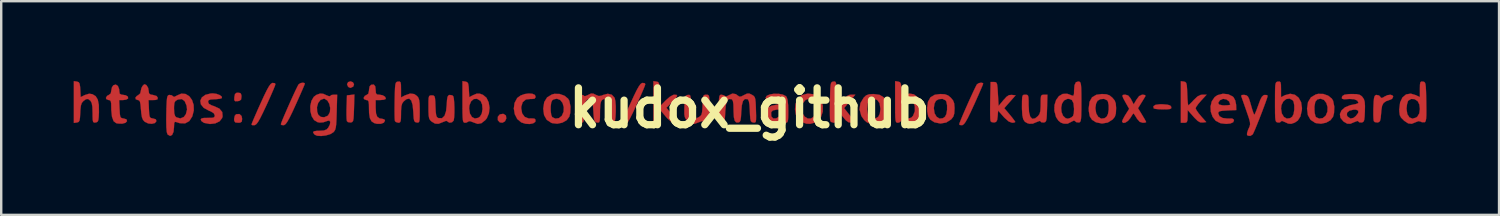
<source format=kicad_pcb>
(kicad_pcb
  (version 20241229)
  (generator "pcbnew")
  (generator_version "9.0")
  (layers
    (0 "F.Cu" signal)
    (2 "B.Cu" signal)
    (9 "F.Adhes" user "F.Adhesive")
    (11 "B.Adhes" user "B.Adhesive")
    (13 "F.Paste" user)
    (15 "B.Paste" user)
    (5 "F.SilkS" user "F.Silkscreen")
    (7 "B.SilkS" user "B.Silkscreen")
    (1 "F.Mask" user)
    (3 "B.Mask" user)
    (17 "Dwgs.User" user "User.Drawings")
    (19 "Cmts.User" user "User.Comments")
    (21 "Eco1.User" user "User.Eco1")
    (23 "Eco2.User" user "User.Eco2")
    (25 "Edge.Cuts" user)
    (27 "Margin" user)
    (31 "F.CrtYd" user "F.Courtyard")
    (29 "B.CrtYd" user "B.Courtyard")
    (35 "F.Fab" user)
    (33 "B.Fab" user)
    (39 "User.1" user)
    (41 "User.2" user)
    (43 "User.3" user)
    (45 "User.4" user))
  (footprint "kudox_github"
    (layer "F.Cu")
    (at 27.945 1.418)
    (property "Reference" "kudox_github" (at 0 0 0) (layer "F.SilkS") (effects (font (size 1.524 1.524) (thickness 0.3))))
    (attr through_hole)
    (fp_poly (pts (xy -16.402 -1.067) (xy -16.356 -0.983) (xy -16.383 -0.897) (xy -16.405 -0.879) (xy -16.503 -0.833) (xy -16.576 -0.863) (xy -16.605 -0.89) (xy -16.645 -0.988) (xy -16.599 -1.073) (xy -16.502 -1.104) (xy -16.402 -1.067)) (stroke (width 0.01) (type solid)) (fill yes) (layer "F.Cu"))
    (fp_poly (pts (xy -21.005 0.329) (xy -20.983 0.448) (xy -20.997 0.561) (xy -21.063 0.603) (xy -21.148 0.607) (xy -21.266 0.594) (xy -21.309 0.529) (xy -21.314 0.448) (xy -21.287 0.318) (xy -21.231 0.256) (xy -21.094 0.247) (xy -21.005 0.329)) (stroke (width 0.01) (type solid)) (fill yes) (layer "F.Cu"))
    (fp_poly (pts (xy -21.05 -0.617) (xy -21.014 -0.541) (xy -21.01 -0.469) (xy -21.027 -0.348) (xy -21.099 -0.297) (xy -21.166 -0.286) (xy -21.271 -0.283) (xy -21.308 -0.329) (xy -21.304 -0.452) (xy -21.278 -0.579) (xy -21.216 -0.629) (xy -21.148 -0.635) (xy -21.05 -0.617)) (stroke (width 0.01) (type solid)) (fill yes) (layer "F.Cu"))
    (fp_poly (pts (xy -10.163 0.248) (xy -10.074 0.308) (xy -10.06 0.429) (xy -10.06 0.433) (xy -10.114 0.549) (xy -10.215 0.605) (xy -10.325 0.594) (xy -10.404 0.509) (xy -10.409 0.494) (xy -10.407 0.356) (xy -10.325 0.261) (xy -10.194 0.24) (xy -10.163 0.248)) (stroke (width 0.01) (type solid)) (fill yes) (layer "F.Cu"))
    (fp_poly (pts (xy 17.094 -0.155) (xy 17.286 -0.138) (xy 17.392 -0.107) (xy 17.435 -0.054) (xy 17.438 -0.041) (xy 17.435 0.011) (xy 17.384 0.04) (xy 17.263 0.053) (xy 17.097 0.055) (xy 16.909 0.049) (xy 16.769 0.033) (xy 16.71 0.011) (xy 16.7 -0.076) (xy 16.788 -0.134) (xy 16.969 -0.157) (xy 17.094 -0.155)) (stroke (width 0.01) (type solid)) (fill yes) (layer "F.Cu"))
    (fp_poly (pts (xy -16.356 0.01) (xy -16.365 0.266) (xy -16.376 0.432) (xy -16.395 0.528) (xy -16.428 0.576) (xy -16.477 0.594) (xy -16.496 0.597) (xy -16.606 0.582) (xy -16.651 0.538) (xy -16.662 0.45) (xy -16.668 0.283) (xy -16.667 0.065) (xy -16.664 -0.032) (xy -16.648 -0.525) (xy -16.494 -0.542) (xy -16.34 -0.56) (xy -16.356 0.01)) (stroke (width 0.01) (type solid)) (fill yes) (layer "F.Cu"))
    (fp_poly (pts (xy -19.626 -1.027) (xy -19.606 -0.984) (xy -19.63 -0.911) (xy -19.692 -0.757) (xy -19.786 -0.54) (xy -19.902 -0.28) (xy -19.98 -0.11) (xy -20.127 0.202) (xy -20.239 0.426) (xy -20.325 0.575) (xy -20.393 0.663) (xy -20.451 0.702) (xy -20.473 0.708) (xy -20.568 0.705) (xy -20.595 0.68) (xy -20.573 0.617) (xy -20.513 0.471) (xy -20.422 0.261) (xy -20.308 0.003) (xy -20.22 -0.193) (xy -20.073 -0.513) (xy -19.96 -0.743) (xy -19.873 -0.897) (xy -19.805 -0.99) (xy -19.748 -1.032) (xy -19.724 -1.039) (xy -19.626 -1.027)) (stroke (width 0.01) (type solid)) (fill yes) (layer "F.Cu"))
    (fp_poly (pts (xy -4.331 -1.027) (xy -4.311 -0.984) (xy -4.335 -0.911) (xy -4.397 -0.757) (xy -4.491 -0.54) (xy -4.607 -0.28) (xy -4.685 -0.11) (xy -4.831 0.202) (xy -4.944 0.426) (xy -5.03 0.575) (xy -5.098 0.663) (xy -5.156 0.702) (xy -5.177 0.708) (xy -5.273 0.705) (xy -5.3 0.68) (xy -5.278 0.617) (xy -5.218 0.471) (xy -5.127 0.261) (xy -5.013 0.003) (xy -4.925 -0.193) (xy -4.778 -0.513) (xy -4.665 -0.743) (xy -4.578 -0.897) (xy -4.51 -0.99) (xy -4.453 -1.032) (xy -4.428 -1.039) (xy -4.331 -1.027)) (stroke (width 0.01) (type solid)) (fill yes) (layer "F.Cu"))
    (fp_poly (pts (xy -18.401 -1.032) (xy -18.39 -1.008) (xy -18.412 -0.946) (xy -18.473 -0.801) (xy -18.564 -0.592) (xy -18.679 -0.334) (xy -18.767 -0.138) (xy -18.914 0.182) (xy -19.028 0.413) (xy -19.115 0.568) (xy -19.183 0.66) (xy -19.24 0.702) (xy -19.261 0.708) (xy -19.355 0.701) (xy -19.381 0.67) (xy -19.36 0.601) (xy -19.301 0.454) (xy -19.214 0.249) (xy -19.11 0.01) (xy -18.997 -0.245) (xy -18.886 -0.491) (xy -18.785 -0.709) (xy -18.704 -0.876) (xy -18.653 -0.971) (xy -18.647 -0.98) (xy -18.571 -1.03) (xy -18.473 -1.049) (xy -18.401 -1.032)) (stroke (width 0.01) (type solid)) (fill yes) (layer "F.Cu"))
    (fp_poly (pts (xy 9.65 -1.032) (xy 9.66 -1.008) (xy 9.638 -0.946) (xy 9.577 -0.801) (xy 9.486 -0.592) (xy 9.372 -0.334) (xy 9.284 -0.138) (xy 9.136 0.182) (xy 9.023 0.413) (xy 8.936 0.568) (xy 8.868 0.66) (xy 8.81 0.702) (xy 8.789 0.708) (xy 8.695 0.701) (xy 8.669 0.67) (xy 8.691 0.601) (xy 8.75 0.454) (xy 8.836 0.249) (xy 8.94 0.01) (xy 9.053 -0.245) (xy 9.165 -0.491) (xy 9.266 -0.709) (xy 9.346 -0.876) (xy 9.397 -0.971) (xy 9.403 -0.98) (xy 9.479 -1.03) (xy 9.578 -1.049) (xy 9.65 -1.032)) (stroke (width 0.01) (type solid)) (fill yes) (layer "F.Cu"))
    (fp_poly (pts (xy -8.979 -0.59) (xy -8.875 -0.542) (xy -8.845 -0.457) (xy -8.846 -0.454) (xy -8.889 -0.388) (xy -9.002 -0.374) (xy -9.047 -0.377) (xy -9.246 -0.356) (xy -9.379 -0.247) (xy -9.439 -0.058) (xy -9.442 0.009) (xy -9.403 0.222) (xy -9.295 0.368) (xy -9.132 0.431) (xy -9.045 0.428) (xy -8.901 0.434) (xy -8.849 0.484) (xy -8.86 0.572) (xy -8.951 0.633) (xy -9.096 0.66) (xy -9.267 0.649) (xy -9.436 0.595) (xy -9.442 0.592) (xy -9.606 0.454) (xy -9.709 0.252) (xy -9.748 0.019) (xy -9.717 -0.212) (xy -9.612 -0.409) (xy -9.596 -0.426) (xy -9.467 -0.519) (xy -9.303 -0.578) (xy -9.131 -0.602) (xy -8.979 -0.59)) (stroke (width 0.01) (type solid)) (fill yes) (layer "F.Cu"))
    (fp_poly (pts (xy 26.597 -0.514) (xy 26.615 -0.468) (xy 26.569 -0.382) (xy 26.518 -0.354) (xy 26.331 -0.289) (xy 26.218 -0.211) (xy 26.156 -0.093) (xy 26.126 0.096) (xy 26.118 0.195) (xy 26.1 0.399) (xy 26.076 0.517) (xy 26.037 0.574) (xy 25.973 0.596) (xy 25.966 0.597) (xy 25.856 0.582) (xy 25.812 0.538) (xy 25.8 0.45) (xy 25.794 0.283) (xy 25.795 0.065) (xy 25.798 -0.031) (xy 25.808 -0.269) (xy 25.824 -0.418) (xy 25.85 -0.499) (xy 25.892 -0.536) (xy 25.919 -0.543) (xy 26.03 -0.52) (xy 26.074 -0.474) (xy 26.122 -0.416) (xy 26.187 -0.431) (xy 26.244 -0.468) (xy 26.381 -0.534) (xy 26.511 -0.549) (xy 26.597 -0.514)) (stroke (width 0.01) (type solid)) (fill yes) (layer "F.Cu"))
    (fp_poly (pts (xy -3.851 -1.094) (xy -3.791 -1.078) (xy -3.752 -1.034) (xy -3.728 -0.942) (xy -3.711 -0.778) (xy -3.7 -0.591) (xy -3.672 -0.104) (xy -3.454 -0.328) (xy -3.295 -0.467) (xy -3.157 -0.543) (xy -3.109 -0.552) (xy -3.017 -0.543) (xy -2.993 -0.505) (xy -3.041 -0.424) (xy -3.165 -0.287) (xy -3.21 -0.241) (xy -3.438 -0.009) (xy -3.21 0.261) (xy -3.092 0.407) (xy -3.01 0.519) (xy -2.982 0.57) (xy -3.029 0.598) (xy -3.117 0.607) (xy -3.245 0.564) (xy -3.4 0.427) (xy -3.462 0.356) (xy -3.672 0.104) (xy -3.7 0.342) (xy -3.728 0.498) (xy -3.779 0.573) (xy -3.851 0.597) (xy -3.976 0.615) (xy -3.976 -1.112) (xy -3.851 -1.094)) (stroke (width 0.01) (type solid)) (fill yes) (layer "F.Cu"))
    (fp_poly (pts (xy 10.171 -1.072) (xy 10.213 -1.043) (xy 10.239 -0.969) (xy 10.255 -0.829) (xy 10.269 -0.601) (xy 10.27 -0.582) (xy 10.298 -0.087) (xy 10.495 -0.324) (xy 10.625 -0.466) (xy 10.727 -0.533) (xy 10.832 -0.544) (xy 10.846 -0.543) (xy 11 -0.525) (xy 10.533 0.005) (xy 10.761 0.274) (xy 10.878 0.418) (xy 10.96 0.528) (xy 10.988 0.576) (xy 10.941 0.6) (xy 10.855 0.607) (xy 10.717 0.556) (xy 10.542 0.402) (xy 10.499 0.355) (xy 10.277 0.103) (xy 10.26 0.341) (xy 10.239 0.496) (xy 10.195 0.571) (xy 10.118 0.597) (xy 10.01 0.582) (xy 9.965 0.54) (xy 9.955 0.459) (xy 9.949 0.291) (xy 9.947 0.057) (xy 9.95 -0.22) (xy 9.951 -0.306) (xy 9.967 -1.077) (xy 10.105 -1.077) (xy 10.171 -1.072)) (stroke (width 0.01) (type solid)) (fill yes) (layer "F.Cu"))
    (fp_poly (pts (xy -7.862 -0.584) (xy -7.66 -0.513) (xy -7.506 -0.39) (xy -7.453 -0.3) (xy -7.404 -0.059) (xy -7.415 0.205) (xy -7.454 0.358) (xy -7.563 0.503) (xy -7.742 0.604) (xy -7.954 0.648) (xy -8.165 0.623) (xy -8.2 0.61) (xy -8.388 0.485) (xy -8.497 0.291) (xy -8.531 0.026) (xy -8.519 -0.057) (xy -8.223 -0.057) (xy -8.223 0.126) (xy -8.2 0.287) (xy -8.161 0.375) (xy -8.031 0.437) (xy -7.882 0.416) (xy -7.761 0.319) (xy -7.689 0.148) (xy -7.683 -0.039) (xy -7.733 -0.21) (xy -7.831 -0.336) (xy -7.967 -0.386) (xy -7.971 -0.387) (xy -8.1 -0.359) (xy -8.161 -0.32) (xy -8.203 -0.221) (xy -8.223 -0.057) (xy -8.519 -0.057) (xy -8.491 -0.246) (xy -8.371 -0.442) (xy -8.172 -0.561) (xy -8.074 -0.586) (xy -7.862 -0.584)) (stroke (width 0.01) (type solid)) (fill yes) (layer "F.Cu"))
    (fp_poly (pts (xy 2.638 -0.571) (xy 2.835 -0.472) (xy 2.956 -0.328) (xy 3.03 -0.092) (xy 3.028 0.148) (xy 2.956 0.366) (xy 2.823 0.531) (xy 2.699 0.601) (xy 2.506 0.653) (xy 2.346 0.645) (xy 2.18 0.586) (xy 2.016 0.46) (xy 1.915 0.272) (xy 1.877 0.052) (xy 1.879 0.028) (xy 2.153 0.028) (xy 2.189 0.216) (xy 2.281 0.356) (xy 2.406 0.433) (xy 2.541 0.433) (xy 2.657 0.35) (xy 2.706 0.239) (xy 2.732 0.075) (xy 2.733 0.028) (xy 2.701 -0.198) (xy 2.608 -0.338) (xy 2.457 -0.387) (xy 2.454 -0.387) (xy 2.315 -0.336) (xy 2.208 -0.205) (xy 2.156 -0.022) (xy 2.153 0.028) (xy 1.879 0.028) (xy 1.901 -0.173) (xy 1.987 -0.373) (xy 2.136 -0.518) (xy 2.18 -0.541) (xy 2.409 -0.597) (xy 2.638 -0.571)) (stroke (width 0.01) (type solid)) (fill yes) (layer "F.Cu"))
    (fp_poly (pts (xy 17.959 -1.094) (xy 18.019 -1.078) (xy 18.057 -1.036) (xy 18.08 -0.946) (xy 18.092 -0.786) (xy 18.1 -0.594) (xy 18.109 -0.378) (xy 18.122 -0.212) (xy 18.136 -0.121) (xy 18.141 -0.11) (xy 18.189 -0.148) (xy 18.286 -0.244) (xy 18.366 -0.331) (xy 18.52 -0.477) (xy 18.653 -0.543) (xy 18.732 -0.552) (xy 18.898 -0.552) (xy 18.671 -0.305) (xy 18.55 -0.163) (xy 18.468 -0.045) (xy 18.445 0.013) (xy 18.481 0.089) (xy 18.57 0.216) (xy 18.666 0.331) (xy 18.885 0.58) (xy 18.736 0.598) (xy 18.635 0.592) (xy 18.533 0.534) (xy 18.403 0.408) (xy 18.351 0.35) (xy 18.116 0.083) (xy 18.113 0.345) (xy 18.107 0.504) (xy 18.081 0.581) (xy 18.02 0.606) (xy 17.973 0.607) (xy 17.835 0.607) (xy 17.835 -1.112) (xy 17.959 -1.094)) (stroke (width 0.01) (type solid)) (fill yes) (layer "F.Cu"))
    (fp_poly (pts (xy 23.722 -0.584) (xy 23.924 -0.513) (xy 24.078 -0.39) (xy 24.131 -0.3) (xy 24.18 -0.059) (xy 24.169 0.205) (xy 24.13 0.358) (xy 24.021 0.503) (xy 23.843 0.604) (xy 23.63 0.648) (xy 23.42 0.623) (xy 23.385 0.61) (xy 23.196 0.485) (xy 23.087 0.291) (xy 23.053 0.028) (xy 23.357 0.028) (xy 23.369 0.203) (xy 23.401 0.336) (xy 23.423 0.375) (xy 23.554 0.437) (xy 23.702 0.416) (xy 23.823 0.319) (xy 23.895 0.148) (xy 23.901 -0.039) (xy 23.851 -0.21) (xy 23.754 -0.336) (xy 23.617 -0.386) (xy 23.613 -0.387) (xy 23.476 -0.356) (xy 23.394 -0.256) (xy 23.36 -0.071) (xy 23.357 0.028) (xy 23.053 0.028) (xy 23.053 0.026) (xy 23.093 -0.246) (xy 23.213 -0.442) (xy 23.412 -0.561) (xy 23.51 -0.586) (xy 23.722 -0.584)) (stroke (width 0.01) (type solid)) (fill yes) (layer "F.Cu"))
    (fp_poly (pts (xy -27.816 -1.094) (xy -27.744 -1.071) (xy -27.703 -1.01) (xy -27.683 -0.882) (xy -27.675 -0.765) (xy -27.659 -0.453) (xy -27.488 -0.538) (xy -27.308 -0.593) (xy -27.174 -0.573) (xy -27.038 -0.491) (xy -26.952 -0.349) (xy -26.909 -0.132) (xy -26.904 0.166) (xy -26.914 0.378) (xy -26.931 0.504) (xy -26.963 0.567) (xy -27.017 0.593) (xy -27.043 0.597) (xy -27.106 0.6) (xy -27.143 0.571) (xy -27.161 0.489) (xy -27.167 0.33) (xy -27.167 0.201) (xy -27.175 -0.047) (xy -27.202 -0.206) (xy -27.251 -0.297) (xy -27.254 -0.3) (xy -27.35 -0.374) (xy -27.438 -0.367) (xy -27.546 -0.29) (xy -27.611 -0.214) (xy -27.65 -0.101) (xy -27.671 0.078) (xy -27.676 0.193) (xy -27.688 0.397) (xy -27.707 0.515) (xy -27.742 0.573) (xy -27.803 0.595) (xy -27.816 0.597) (xy -27.94 0.615) (xy -27.94 -1.112) (xy -27.816 -1.094)) (stroke (width 0.01) (type solid)) (fill yes) (layer "F.Cu"))
    (fp_poly (pts (xy -26.121 -0.914) (xy -26.069 -0.785) (xy -26.063 -0.711) (xy -26.045 -0.594) (xy -25.976 -0.554) (xy -25.938 -0.551) (xy -25.794 -0.527) (xy -25.705 -0.469) (xy -25.699 -0.395) (xy -25.7 -0.393) (xy -25.777 -0.349) (xy -25.903 -0.331) (xy -26.068 -0.331) (xy -26.051 0.041) (xy -26.04 0.239) (xy -26.022 0.352) (xy -25.984 0.406) (xy -25.916 0.427) (xy -25.88 0.432) (xy -25.765 0.467) (xy -25.742 0.542) (xy -25.806 0.61) (xy -25.941 0.646) (xy -26.112 0.641) (xy -26.19 0.625) (xy -26.297 0.543) (xy -26.364 0.362) (xy -26.393 0.082) (xy -26.394 -0.004) (xy -26.398 -0.187) (xy -26.416 -0.286) (xy -26.457 -0.326) (xy -26.504 -0.331) (xy -26.596 -0.368) (xy -26.615 -0.419) (xy -26.568 -0.503) (xy -26.504 -0.536) (xy -26.415 -0.604) (xy -26.394 -0.718) (xy -26.366 -0.856) (xy -26.311 -0.939) (xy -26.209 -0.972) (xy -26.121 -0.914)) (stroke (width 0.01) (type solid)) (fill yes) (layer "F.Cu"))
    (fp_poly (pts (xy 5.374 -0.547) (xy 5.547 -0.443) (xy 5.66 -0.255) (xy 5.686 -0.173) (xy 5.709 0.062) (xy 5.664 0.296) (xy 5.56 0.485) (xy 5.526 0.52) (xy 5.366 0.605) (xy 5.157 0.643) (xy 4.951 0.628) (xy 4.859 0.595) (xy 4.746 0.5) (xy 4.639 0.352) (xy 4.619 0.315) (xy 4.547 0.054) (xy 4.548 0.048) (xy 4.859 0.048) (xy 4.894 0.255) (xy 4.989 0.392) (xy 5.134 0.442) (xy 5.135 0.442) (xy 5.257 0.404) (xy 5.325 0.355) (xy 5.386 0.233) (xy 5.411 0.044) (xy 5.411 0.028) (xy 5.378 -0.198) (xy 5.279 -0.336) (xy 5.116 -0.386) (xy 5.106 -0.387) (xy 4.969 -0.338) (xy 4.887 -0.194) (xy 4.859 0.045) (xy 4.859 0.048) (xy 4.548 0.048) (xy 4.584 -0.201) (xy 4.719 -0.428) (xy 4.82 -0.523) (xy 4.938 -0.568) (xy 5.117 -0.58) (xy 5.125 -0.58) (xy 5.374 -0.547)) (stroke (width 0.01) (type solid)) (fill yes) (layer "F.Cu"))
    (fp_poly (pts (xy 8.08 -0.568) (xy 8.209 -0.521) (xy 8.323 -0.427) (xy 8.416 -0.315) (xy 8.462 -0.194) (xy 8.476 -0.018) (xy 8.476 0.028) (xy 8.466 0.223) (xy 8.427 0.353) (xy 8.344 0.461) (xy 8.335 0.47) (xy 8.133 0.598) (xy 7.893 0.64) (xy 7.65 0.59) (xy 7.638 0.585) (xy 7.479 0.484) (xy 7.387 0.34) (xy 7.347 0.128) (xy 7.344 0.013) (xy 7.62 0.013) (xy 7.652 0.22) (xy 7.738 0.365) (xy 7.858 0.437) (xy 7.995 0.42) (xy 8.085 0.355) (xy 8.14 0.243) (xy 8.168 0.072) (xy 8.168 -0.112) (xy 8.139 -0.263) (xy 8.106 -0.32) (xy 7.977 -0.38) (xy 7.822 -0.367) (xy 7.707 -0.3) (xy 7.647 -0.181) (xy 7.62 -0.005) (xy 7.62 0.013) (xy 7.344 0.013) (xy 7.344 0.007) (xy 7.378 -0.261) (xy 7.482 -0.445) (xy 7.661 -0.55) (xy 7.89 -0.58) (xy 8.08 -0.568)) (stroke (width 0.01) (type solid)) (fill yes) (layer "F.Cu"))
    (fp_poly (pts (xy 14.761 -0.568) (xy 14.891 -0.521) (xy 15.004 -0.427) (xy 15.097 -0.315) (xy 15.143 -0.194) (xy 15.157 -0.018) (xy 15.157 0.028) (xy 15.147 0.223) (xy 15.108 0.353) (xy 15.025 0.461) (xy 15.016 0.47) (xy 14.815 0.598) (xy 14.574 0.64) (xy 14.331 0.59) (xy 14.319 0.585) (xy 14.16 0.484) (xy 14.068 0.34) (xy 14.029 0.128) (xy 14.025 0.013) (xy 14.301 0.013) (xy 14.334 0.22) (xy 14.419 0.365) (xy 14.539 0.437) (xy 14.676 0.42) (xy 14.767 0.355) (xy 14.822 0.243) (xy 14.85 0.072) (xy 14.85 -0.112) (xy 14.82 -0.263) (xy 14.787 -0.32) (xy 14.659 -0.38) (xy 14.503 -0.367) (xy 14.388 -0.3) (xy 14.328 -0.181) (xy 14.302 -0.005) (xy 14.301 0.013) (xy 14.025 0.013) (xy 14.025 0.007) (xy 14.059 -0.261) (xy 14.163 -0.445) (xy 14.342 -0.55) (xy 14.571 -0.58) (xy 14.761 -0.568)) (stroke (width 0.01) (type solid)) (fill yes) (layer "F.Cu"))
    (fp_poly (pts (xy -24.961 -0.962) (xy -24.937 -0.944) (xy -24.87 -0.836) (xy -24.848 -0.715) (xy -24.832 -0.605) (xy -24.763 -0.556) (xy -24.669 -0.542) (xy -24.521 -0.498) (xy -24.472 -0.428) (xy -24.481 -0.362) (xy -24.559 -0.335) (xy -24.653 -0.331) (xy -24.853 -0.331) (xy -24.837 0.041) (xy -24.826 0.239) (xy -24.807 0.352) (xy -24.769 0.406) (xy -24.701 0.427) (xy -24.665 0.432) (xy -24.55 0.467) (xy -24.527 0.542) (xy -24.591 0.62) (xy -24.717 0.652) (xy -24.868 0.636) (xy -25.005 0.57) (xy -25.011 0.566) (xy -25.081 0.49) (xy -25.125 0.382) (xy -25.153 0.213) (xy -25.166 0.066) (xy -25.184 -0.143) (xy -25.208 -0.263) (xy -25.245 -0.319) (xy -25.297 -0.331) (xy -25.382 -0.364) (xy -25.392 -0.437) (xy -25.329 -0.507) (xy -25.29 -0.525) (xy -25.197 -0.605) (xy -25.179 -0.683) (xy -25.146 -0.829) (xy -25.102 -0.912) (xy -25.031 -0.983) (xy -24.961 -0.962)) (stroke (width 0.01) (type solid)) (fill yes) (layer "F.Cu"))
    (fp_poly (pts (xy -22.045 -0.587) (xy -21.913 -0.539) (xy -21.828 -0.477) (xy -21.819 -0.417) (xy -21.824 -0.41) (xy -21.9 -0.385) (xy -22.044 -0.368) (xy -22.128 -0.364) (xy -22.29 -0.354) (xy -22.368 -0.323) (xy -22.391 -0.262) (xy -22.391 -0.254) (xy -22.356 -0.175) (xy -22.24 -0.11) (xy -22.138 -0.076) (xy -21.923 0.023) (xy -21.806 0.164) (xy -21.79 0.34) (xy -21.811 0.415) (xy -21.917 0.55) (xy -22.094 0.634) (xy -22.312 0.659) (xy -22.539 0.617) (xy -22.57 0.606) (xy -22.666 0.538) (xy -22.694 0.477) (xy -22.664 0.43) (xy -22.559 0.408) (xy -22.404 0.407) (xy -22.234 0.406) (xy -22.147 0.386) (xy -22.117 0.339) (xy -22.115 0.305) (xy -22.151 0.219) (xy -22.274 0.141) (xy -22.363 0.105) (xy -22.573 -0.01) (xy -22.688 -0.152) (xy -22.712 -0.301) (xy -22.649 -0.439) (xy -22.504 -0.546) (xy -22.282 -0.602) (xy -22.194 -0.607) (xy -22.045 -0.587)) (stroke (width 0.01) (type solid)) (fill yes) (layer "F.Cu"))
    (fp_poly (pts (xy -15.477 -0.895) (xy -15.461 -0.742) (xy -15.451 -0.614) (xy -15.403 -0.561) (xy -15.302 -0.552) (xy -15.172 -0.528) (xy -15.075 -0.47) (xy -15.04 -0.401) (xy -15.056 -0.368) (xy -15.132 -0.343) (xy -15.266 -0.331) (xy -15.277 -0.331) (xy -15.461 -0.331) (xy -15.461 -0.011) (xy -15.446 0.222) (xy -15.394 0.363) (xy -15.296 0.43) (xy -15.201 0.442) (xy -15.102 0.47) (xy -15.074 0.519) (xy -15.122 0.604) (xy -15.243 0.651) (xy -15.406 0.652) (xy -15.516 0.624) (xy -15.63 0.551) (xy -15.7 0.418) (xy -15.733 0.206) (xy -15.737 0.045) (xy -15.74 -0.155) (xy -15.754 -0.268) (xy -15.786 -0.319) (xy -15.843 -0.331) (xy -15.847 -0.331) (xy -15.939 -0.368) (xy -15.958 -0.419) (xy -15.911 -0.503) (xy -15.847 -0.536) (xy -15.765 -0.592) (xy -15.737 -0.718) (xy -15.737 -0.746) (xy -15.71 -0.898) (xy -15.649 -0.961) (xy -15.538 -0.972) (xy -15.477 -0.895)) (stroke (width 0.01) (type solid)) (fill yes) (layer "F.Cu"))
    (fp_poly (pts (xy 16.363 -0.535) (xy 16.365 -0.483) (xy 16.312 -0.396) (xy 16.228 -0.258) (xy 16.194 -0.204) (xy 16.063 0.006) (xy 16.231 0.28) (xy 16.322 0.432) (xy 16.383 0.542) (xy 16.4 0.581) (xy 16.352 0.601) (xy 16.26 0.607) (xy 16.136 0.571) (xy 16.026 0.447) (xy 16.006 0.414) (xy 15.931 0.293) (xy 15.882 0.226) (xy 15.875 0.221) (xy 15.839 0.263) (xy 15.771 0.37) (xy 15.744 0.414) (xy 15.652 0.526) (xy 15.546 0.598) (xy 15.455 0.616) (xy 15.407 0.571) (xy 15.406 0.551) (xy 15.433 0.475) (xy 15.503 0.343) (xy 15.551 0.264) (xy 15.697 0.033) (xy 15.551 -0.226) (xy 15.457 -0.398) (xy 15.418 -0.496) (xy 15.432 -0.54) (xy 15.5 -0.552) (xy 15.542 -0.552) (xy 15.656 -0.519) (xy 15.752 -0.406) (xy 15.782 -0.352) (xy 15.884 -0.153) (xy 16.002 -0.352) (xy 16.109 -0.494) (xy 16.223 -0.549) (xy 16.263 -0.552) (xy 16.363 -0.535)) (stroke (width 0.01) (type solid)) (fill yes) (layer "F.Cu"))
    (fp_poly (pts (xy 12.302 0.014) (xy 12.293 0.269) (xy 12.282 0.434) (xy 12.262 0.53) (xy 12.23 0.576) (xy 12.179 0.595) (xy 12.162 0.597) (xy 12.066 0.589) (xy 12.037 0.555) (xy 11.996 0.532) (xy 11.879 0.576) (xy 11.874 0.578) (xy 11.708 0.646) (xy 11.568 0.648) (xy 11.485 0.624) (xy 11.384 0.565) (xy 11.317 0.463) (xy 11.28 0.296) (xy 11.265 0.047) (xy 11.264 -0.066) (xy 11.266 -0.298) (xy 11.273 -0.441) (xy 11.293 -0.517) (xy 11.332 -0.547) (xy 11.395 -0.552) (xy 11.402 -0.552) (xy 11.472 -0.547) (xy 11.513 -0.517) (xy 11.533 -0.44) (xy 11.54 -0.292) (xy 11.54 -0.121) (xy 11.557 0.171) (xy 11.608 0.36) (xy 11.692 0.445) (xy 11.808 0.426) (xy 11.927 0.331) (xy 11.989 0.247) (xy 12.023 0.129) (xy 12.036 -0.054) (xy 12.037 -0.166) (xy 12.039 -0.368) (xy 12.051 -0.483) (xy 12.081 -0.536) (xy 12.139 -0.551) (xy 12.177 -0.552) (xy 12.317 -0.552) (xy 12.302 0.014)) (stroke (width 0.01) (type solid)) (fill yes) (layer "F.Cu"))
    (fp_poly (pts (xy -12.294 -0.526) (xy -12.252 -0.489) (xy -12.229 -0.398) (xy -12.214 -0.232) (xy -12.205 -0.024) (xy -12.205 0.191) (xy -12.214 0.379) (xy -12.232 0.505) (xy -12.237 0.52) (xy -12.305 0.588) (xy -12.405 0.605) (xy -12.481 0.566) (xy -12.489 0.549) (xy -12.548 0.528) (xy -12.673 0.576) (xy -12.859 0.65) (xy -13.006 0.643) (xy -13.148 0.558) (xy -13.21 0.498) (xy -13.249 0.423) (xy -13.269 0.306) (xy -13.277 0.122) (xy -13.278 -0.035) (xy -13.278 -0.268) (xy -13.271 -0.412) (xy -13.251 -0.489) (xy -13.213 -0.519) (xy -13.151 -0.525) (xy -13.142 -0.525) (xy -13.074 -0.519) (xy -13.032 -0.489) (xy -13.008 -0.412) (xy -12.995 -0.265) (xy -12.988 -0.072) (xy -12.977 0.155) (xy -12.959 0.295) (xy -12.929 0.371) (xy -12.879 0.409) (xy -12.86 0.416) (xy -12.717 0.419) (xy -12.614 0.322) (xy -12.549 0.125) (xy -12.523 -0.13) (xy -12.51 -0.34) (xy -12.489 -0.463) (xy -12.451 -0.523) (xy -12.403 -0.543) (xy -12.294 -0.526)) (stroke (width 0.01) (type solid)) (fill yes) (layer "F.Cu"))
    (fp_poly (pts (xy 19.793 -0.57) (xy 19.979 -0.478) (xy 20.016 -0.442) (xy 20.084 -0.315) (xy 20.119 -0.146) (xy 20.12 -0.126) (xy 20.127 0.083) (xy 19.754 0.099) (xy 19.554 0.112) (xy 19.441 0.133) (xy 19.391 0.169) (xy 19.381 0.221) (xy 19.431 0.337) (xy 19.565 0.412) (xy 19.762 0.435) (xy 19.812 0.432) (xy 19.958 0.434) (xy 20.023 0.477) (xy 20.032 0.504) (xy 20.001 0.585) (xy 19.886 0.637) (xy 19.712 0.655) (xy 19.505 0.632) (xy 19.464 0.623) (xy 19.277 0.528) (xy 19.147 0.362) (xy 19.074 0.154) (xy 19.063 -0.069) (xy 19.099 -0.216) (xy 19.379 -0.216) (xy 19.414 -0.146) (xy 19.552 -0.113) (xy 19.63 -0.11) (xy 19.778 -0.117) (xy 19.867 -0.132) (xy 19.878 -0.142) (xy 19.832 -0.273) (xy 19.719 -0.358) (xy 19.579 -0.381) (xy 19.452 -0.324) (xy 19.448 -0.32) (xy 19.379 -0.216) (xy 19.099 -0.216) (xy 19.115 -0.281) (xy 19.234 -0.454) (xy 19.35 -0.534) (xy 19.57 -0.591) (xy 19.793 -0.57)) (stroke (width 0.01) (type solid)) (fill yes) (layer "F.Cu"))
    (fp_poly (pts (xy 20.464 -0.543) (xy 20.548 -0.525) (xy 20.607 -0.478) (xy 20.656 -0.38) (xy 20.71 -0.206) (xy 20.733 -0.124) (xy 20.789 0.067) (xy 20.837 0.209) (xy 20.869 0.274) (xy 20.872 0.276) (xy 20.902 0.228) (xy 20.957 0.1) (xy 21.024 -0.082) (xy 21.039 -0.124) (xy 21.118 -0.338) (xy 21.184 -0.465) (xy 21.25 -0.527) (xy 21.3 -0.542) (xy 21.396 -0.536) (xy 21.424 -0.506) (xy 21.405 -0.429) (xy 21.352 -0.274) (xy 21.275 -0.063) (xy 21.183 0.181) (xy 21.084 0.436) (xy 20.987 0.677) (xy 20.903 0.882) (xy 20.838 1.028) (xy 20.805 1.091) (xy 20.706 1.153) (xy 20.604 1.141) (xy 20.571 1.108) (xy 20.573 1.03) (xy 20.616 0.898) (xy 20.636 0.854) (xy 20.678 0.759) (xy 20.698 0.678) (xy 20.692 0.583) (xy 20.658 0.448) (xy 20.591 0.249) (xy 20.546 0.119) (xy 20.465 -0.113) (xy 20.396 -0.309) (xy 20.348 -0.445) (xy 20.332 -0.488) (xy 20.345 -0.538) (xy 20.446 -0.545) (xy 20.464 -0.543)) (stroke (width 0.01) (type solid)) (fill yes) (layer "F.Cu"))
    (fp_poly (pts (xy -11.748 -1.094) (xy -11.676 -1.071) (xy -11.635 -1.01) (xy -11.615 -0.883) (xy -11.607 -0.764) (xy -11.59 -0.451) (xy -11.441 -0.529) (xy -11.286 -0.594) (xy -11.157 -0.595) (xy -11.022 -0.545) (xy -10.878 -0.424) (xy -10.788 -0.235) (xy -10.753 -0.011) (xy -10.778 0.219) (xy -10.865 0.422) (xy -10.929 0.501) (xy -11.088 0.626) (xy -11.241 0.655) (xy -11.423 0.593) (xy -11.443 0.583) (xy -11.562 0.541) (xy -11.626 0.556) (xy -11.701 0.599) (xy -11.765 0.607) (xy -11.805 0.601) (xy -11.834 0.573) (xy -11.853 0.506) (xy -11.864 0.384) (xy -11.87 0.191) (xy -11.871 0.013) (xy -11.596 0.013) (xy -11.564 0.226) (xy -11.48 0.37) (xy -11.359 0.433) (xy -11.217 0.403) (xy -11.144 0.35) (xy -11.072 0.223) (xy -11.043 0.042) (xy -11.058 -0.144) (xy -11.117 -0.285) (xy -11.13 -0.3) (xy -11.271 -0.384) (xy -11.406 -0.372) (xy -11.517 -0.276) (xy -11.584 -0.109) (xy -11.596 0.013) (xy -11.871 0.013) (xy -11.872 -0.089) (xy -11.872 -0.252) (xy -11.872 -1.112) (xy -11.748 -1.094)) (stroke (width 0.01) (type solid)) (fill yes) (layer "F.Cu"))
    (fp_poly (pts (xy -1.732 -0.549) (xy -1.693 -0.526) (xy -1.67 -0.463) (xy -1.66 -0.341) (xy -1.657 -0.14) (xy -1.657 0.028) (xy -1.658 0.287) (xy -1.665 0.454) (xy -1.681 0.551) (xy -1.709 0.595) (xy -1.754 0.607) (xy -1.764 0.607) (xy -1.868 0.584) (xy -1.903 0.556) (xy -1.97 0.541) (xy -2.085 0.583) (xy -2.275 0.653) (xy -2.428 0.633) (xy -2.572 0.525) (xy -2.64 0.448) (xy -2.68 0.366) (xy -2.697 0.25) (xy -2.698 0.069) (xy -2.694 -0.069) (xy -2.684 -0.293) (xy -2.669 -0.43) (xy -2.641 -0.503) (xy -2.595 -0.534) (xy -2.554 -0.542) (xy -2.49 -0.545) (xy -2.453 -0.516) (xy -2.435 -0.432) (xy -2.43 -0.272) (xy -2.43 -0.152) (xy -2.416 0.132) (xy -2.375 0.316) (xy -2.35 0.362) (xy -2.285 0.431) (xy -2.215 0.433) (xy -2.115 0.385) (xy -2.036 0.334) (xy -1.989 0.272) (xy -1.963 0.168) (xy -1.949 -0.003) (xy -1.944 -0.126) (xy -1.934 -0.341) (xy -1.919 -0.467) (xy -1.89 -0.53) (xy -1.84 -0.55) (xy -1.792 -0.552) (xy -1.732 -0.549)) (stroke (width 0.01) (type solid)) (fill yes) (layer "F.Cu"))
    (fp_poly (pts (xy 3.56 -1.074) (xy 3.58 -1.002) (xy 3.588 -0.862) (xy 3.589 -0.634) (xy 3.589 -0.611) (xy 3.594 -0.391) (xy 3.606 -0.221) (xy 3.625 -0.124) (xy 3.635 -0.11) (xy 3.693 -0.15) (xy 3.791 -0.251) (xy 3.859 -0.331) (xy 3.993 -0.475) (xy 4.112 -0.541) (xy 4.204 -0.552) (xy 4.372 -0.552) (xy 4.141 -0.275) (xy 3.909 0.002) (xy 4.066 0.2) (xy 4.216 0.39) (xy 4.304 0.509) (xy 4.335 0.574) (xy 4.316 0.602) (xy 4.251 0.607) (xy 4.21 0.607) (xy 4.092 0.587) (xy 3.984 0.511) (xy 3.858 0.361) (xy 3.749 0.225) (xy 3.664 0.135) (xy 3.631 0.112) (xy 3.606 0.16) (xy 3.591 0.285) (xy 3.589 0.359) (xy 3.582 0.514) (xy 3.552 0.587) (xy 3.487 0.607) (xy 3.477 0.607) (xy 3.373 0.576) (xy 3.337 0.536) (xy 3.328 0.457) (xy 3.323 0.29) (xy 3.321 0.057) (xy 3.324 -0.22) (xy 3.325 -0.306) (xy 3.332 -0.611) (xy 3.34 -0.824) (xy 3.353 -0.96) (xy 3.373 -1.039) (xy 3.404 -1.077) (xy 3.448 -1.092) (xy 3.465 -1.094) (xy 3.524 -1.098) (xy 3.56 -1.074)) (stroke (width 0.01) (type solid)) (fill yes) (layer "F.Cu"))
    (fp_poly (pts (xy -14.43 -1.061) (xy -14.415 -0.965) (xy -14.412 -0.783) (xy -14.412 -0.775) (xy -14.412 -0.439) (xy -14.249 -0.523) (xy -14.036 -0.599) (xy -13.864 -0.578) (xy -13.749 -0.497) (xy -13.695 -0.427) (xy -13.662 -0.333) (xy -13.645 -0.188) (xy -13.639 0.034) (xy -13.639 0.114) (xy -13.64 0.35) (xy -13.647 0.497) (xy -13.666 0.573) (xy -13.701 0.6) (xy -13.757 0.598) (xy -13.763 0.597) (xy -13.827 0.579) (xy -13.866 0.531) (xy -13.888 0.429) (xy -13.9 0.249) (xy -13.904 0.168) (xy -13.931 -0.124) (xy -13.988 -0.309) (xy -14.074 -0.39) (xy -14.19 -0.366) (xy -14.301 -0.276) (xy -14.363 -0.192) (xy -14.397 -0.074) (xy -14.411 0.109) (xy -14.412 0.221) (xy -14.415 0.424) (xy -14.428 0.54) (xy -14.458 0.593) (xy -14.513 0.607) (xy -14.524 0.607) (xy -14.628 0.576) (xy -14.664 0.536) (xy -14.673 0.457) (xy -14.678 0.29) (xy -14.68 0.057) (xy -14.677 -0.22) (xy -14.676 -0.306) (xy -14.669 -0.611) (xy -14.661 -0.824) (xy -14.648 -0.96) (xy -14.628 -1.039) (xy -14.597 -1.077) (xy -14.553 -1.092) (xy -14.536 -1.094) (xy -14.468 -1.096) (xy -14.43 -1.061)) (stroke (width 0.01) (type solid)) (fill yes) (layer "F.Cu"))
    (fp_poly (pts (xy 1.198 -0.59) (xy 1.371 -0.559) (xy 1.5 -0.495) (xy 1.529 -0.464) (xy 1.571 -0.343) (xy 1.595 -0.123) (xy 1.601 0.121) (xy 1.599 0.355) (xy 1.59 0.499) (xy 1.569 0.575) (xy 1.531 0.604) (xy 1.495 0.607) (xy 1.398 0.581) (xy 1.37 0.549) (xy 1.311 0.528) (xy 1.186 0.576) (xy 1.006 0.649) (xy 0.863 0.646) (xy 0.727 0.575) (xy 0.644 0.492) (xy 0.615 0.376) (xy 0.618 0.259) (xy 0.635 0.183) (xy 0.893 0.183) (xy 0.899 0.341) (xy 0.974 0.427) (xy 1.096 0.429) (xy 1.224 0.35) (xy 1.304 0.238) (xy 1.325 0.154) (xy 1.307 0.085) (xy 1.232 0.061) (xy 1.119 0.066) (xy 0.964 0.098) (xy 0.897 0.168) (xy 0.893 0.183) (xy 0.635 0.183) (xy 0.654 0.092) (xy 0.745 -0.021) (xy 0.911 -0.095) (xy 1.122 -0.139) (xy 1.263 -0.174) (xy 1.314 -0.229) (xy 1.313 -0.265) (xy 1.281 -0.32) (xy 1.196 -0.347) (xy 1.032 -0.353) (xy 0.978 -0.353) (xy 0.788 -0.356) (xy 0.689 -0.38) (xy 0.663 -0.423) (xy 0.711 -0.506) (xy 0.837 -0.562) (xy 1.009 -0.591) (xy 1.198 -0.59)) (stroke (width 0.01) (type solid)) (fill yes) (layer "F.Cu"))
    (fp_poly (pts (xy 6.143 -1.094) (xy 6.214 -1.072) (xy 6.255 -1.012) (xy 6.275 -0.886) (xy 6.284 -0.758) (xy 6.295 -0.581) (xy 6.312 -0.494) (xy 6.347 -0.479) (xy 6.41 -0.516) (xy 6.42 -0.523) (xy 6.607 -0.6) (xy 6.794 -0.568) (xy 6.968 -0.44) (xy 7.062 -0.337) (xy 7.109 -0.242) (xy 7.121 -0.116) (xy 7.112 0.06) (xy 7.058 0.332) (xy 6.947 0.524) (xy 6.79 0.628) (xy 6.596 0.637) (xy 6.434 0.577) (xy 6.306 0.528) (xy 6.25 0.549) (xy 6.186 0.598) (xy 6.125 0.607) (xy 6.084 0.601) (xy 6.056 0.572) (xy 6.037 0.503) (xy 6.026 0.379) (xy 6.021 0.191) (xy 6.303 0.191) (xy 6.329 0.306) (xy 6.385 0.371) (xy 6.545 0.437) (xy 6.687 0.396) (xy 6.761 0.319) (xy 6.836 0.126) (xy 6.831 -0.089) (xy 6.747 -0.277) (xy 6.742 -0.283) (xy 6.65 -0.371) (xy 6.55 -0.378) (xy 6.48 -0.357) (xy 6.388 -0.314) (xy 6.338 -0.248) (xy 6.314 -0.124) (xy 6.305 -0.001) (xy 6.303 0.191) (xy 6.021 0.191) (xy 6.021 0.183) (xy 6.019 -0.099) (xy 6.019 -0.252) (xy 6.019 -1.112) (xy 6.143 -1.094)) (stroke (width 0.01) (type solid)) (fill yes) (layer "F.Cu"))
    (fp_poly (pts (xy 21.958 -1.061) (xy 21.974 -0.963) (xy 21.977 -0.781) (xy 21.977 -0.45) (xy 22.147 -0.535) (xy 22.359 -0.59) (xy 22.55 -0.55) (xy 22.705 -0.428) (xy 22.808 -0.239) (xy 22.843 0.001) (xy 22.837 0.095) (xy 22.778 0.349) (xy 22.67 0.518) (xy 22.543 0.603) (xy 22.398 0.653) (xy 22.272 0.642) (xy 22.128 0.576) (xy 22.015 0.53) (xy 21.977 0.554) (xy 21.931 0.595) (xy 21.852 0.597) (xy 21.805 0.587) (xy 21.771 0.561) (xy 21.749 0.502) (xy 21.736 0.393) (xy 21.73 0.218) (xy 21.729 0.018) (xy 21.977 0.018) (xy 22.009 0.222) (xy 22.095 0.366) (xy 22.216 0.436) (xy 22.353 0.419) (xy 22.442 0.355) (xy 22.497 0.243) (xy 22.525 0.072) (xy 22.525 -0.112) (xy 22.496 -0.263) (xy 22.462 -0.32) (xy 22.33 -0.392) (xy 22.193 -0.373) (xy 22.074 -0.278) (xy 21.995 -0.122) (xy 21.977 0.018) (xy 21.729 0.018) (xy 21.728 -0.041) (xy 21.728 -0.248) (xy 21.729 -0.567) (xy 21.732 -0.791) (xy 21.74 -0.939) (xy 21.756 -1.026) (xy 21.782 -1.071) (xy 21.821 -1.089) (xy 21.852 -1.094) (xy 21.921 -1.096) (xy 21.958 -1.061)) (stroke (width 0.01) (type solid)) (fill yes) (layer "F.Cu"))
    (fp_poly (pts (xy -23.321 -0.582) (xy -23.17 -0.49) (xy -23.055 -0.334) (xy -22.988 -0.132) (xy -22.981 0.1) (xy -23.044 0.346) (xy -23.045 0.347) (xy -23.169 0.54) (xy -23.339 0.633) (xy -23.557 0.627) (xy -23.702 0.58) (xy -23.762 0.57) (xy -23.791 0.621) (xy -23.799 0.755) (xy -23.799 0.784) (xy -23.82 0.984) (xy -23.878 1.111) (xy -23.96 1.153) (xy -24.057 1.097) (xy -24.07 1.083) (xy -24.099 0.99) (xy -24.116 0.795) (xy -24.121 0.495) (xy -24.118 0.242) (xy -24.113 0.024) (xy -23.799 0.024) (xy -23.789 0.219) (xy -23.753 0.333) (xy -23.702 0.383) (xy -23.538 0.429) (xy -23.395 0.37) (xy -23.309 0.253) (xy -23.26 0.06) (xy -23.28 -0.101) (xy -23.36 -0.288) (xy -23.478 -0.372) (xy -23.635 -0.353) (xy -23.656 -0.343) (xy -23.739 -0.294) (xy -23.782 -0.22) (xy -23.797 -0.089) (xy -23.799 0.024) (xy -24.113 0.024) (xy -24.11 -0.064) (xy -24.101 -0.277) (xy -24.087 -0.414) (xy -24.066 -0.493) (xy -24.035 -0.53) (xy -23.999 -0.543) (xy -23.892 -0.529) (xy -23.853 -0.495) (xy -23.798 -0.46) (xy -23.705 -0.502) (xy -23.682 -0.517) (xy -23.495 -0.597) (xy -23.321 -0.582)) (stroke (width 0.01) (type solid)) (fill yes) (layer "F.Cu"))
    (fp_poly (pts (xy 27.843 -1.094) (xy 27.891 -1.084) (xy 27.926 -1.056) (xy 27.949 -0.994) (xy 27.963 -0.882) (xy 27.973 -0.701) (xy 27.98 -0.436) (xy 27.983 -0.261) (xy 27.987 0.061) (xy 27.986 0.29) (xy 27.977 0.441) (xy 27.96 0.531) (xy 27.933 0.576) (xy 27.913 0.587) (xy 27.8 0.585) (xy 27.76 0.563) (xy 27.662 0.54) (xy 27.553 0.582) (xy 27.383 0.65) (xy 27.236 0.635) (xy 27.076 0.53) (xy 27.046 0.503) (xy 26.94 0.396) (xy 26.887 0.291) (xy 26.869 0.142) (xy 26.867 0.048) (xy 27.167 0.048) (xy 27.2 0.253) (xy 27.288 0.387) (xy 27.413 0.438) (xy 27.56 0.395) (xy 27.618 0.35) (xy 27.693 0.22) (xy 27.719 0.037) (xy 27.696 -0.149) (xy 27.628 -0.286) (xy 27.497 -0.369) (xy 27.355 -0.376) (xy 27.242 -0.307) (xy 27.224 -0.28) (xy 27.187 -0.155) (xy 27.168 0.015) (xy 27.167 0.048) (xy 26.867 0.048) (xy 26.867 0.042) (xy 26.902 -0.236) (xy 27 -0.441) (xy 27.15 -0.564) (xy 27.341 -0.596) (xy 27.553 -0.533) (xy 27.719 -0.45) (xy 27.719 -0.781) (xy 27.722 -0.964) (xy 27.737 -1.061) (xy 27.775 -1.096) (xy 27.843 -1.094)) (stroke (width 0.01) (type solid)) (fill yes) (layer "F.Cu"))
    (fp_poly (pts (xy 25.104 -0.574) (xy 25.228 -0.548) (xy 25.312 -0.492) (xy 25.352 -0.447) (xy 25.407 -0.36) (xy 25.437 -0.252) (xy 25.448 -0.091) (xy 25.444 0.133) (xy 25.433 0.355) (xy 25.418 0.49) (xy 25.389 0.56) (xy 25.342 0.59) (xy 25.303 0.597) (xy 25.207 0.589) (xy 25.179 0.555) (xy 25.138 0.532) (xy 25.021 0.576) (xy 25.016 0.578) (xy 24.845 0.649) (xy 24.714 0.646) (xy 24.575 0.566) (xy 24.552 0.548) (xy 24.433 0.403) (xy 24.419 0.298) (xy 24.7 0.298) (xy 24.734 0.354) (xy 24.848 0.434) (xy 24.976 0.406) (xy 25.069 0.331) (xy 25.169 0.199) (xy 25.171 0.108) (xy 25.075 0.066) (xy 24.978 0.066) (xy 24.805 0.109) (xy 24.708 0.192) (xy 24.7 0.298) (xy 24.419 0.298) (xy 24.412 0.246) (xy 24.479 0.096) (xy 24.624 -0.031) (xy 24.837 -0.117) (xy 24.92 -0.134) (xy 25.072 -0.165) (xy 25.165 -0.201) (xy 25.179 -0.217) (xy 25.13 -0.31) (xy 24.996 -0.366) (xy 24.802 -0.376) (xy 24.764 -0.373) (xy 24.582 -0.363) (xy 24.496 -0.388) (xy 24.495 -0.456) (xy 24.518 -0.5) (xy 24.598 -0.551) (xy 24.766 -0.576) (xy 24.906 -0.58) (xy 25.104 -0.574)) (stroke (width 0.01) (type solid)) (fill yes) (layer "F.Cu"))
    (fp_poly (pts (xy 13.618 -1.095) (xy 13.658 -1.08) (xy 13.686 -1.041) (xy 13.704 -0.961) (xy 13.715 -0.825) (xy 13.72 -0.614) (xy 13.722 -0.313) (xy 13.722 -0.248) (xy 13.721 0.071) (xy 13.716 0.296) (xy 13.707 0.445) (xy 13.69 0.533) (xy 13.664 0.578) (xy 13.626 0.597) (xy 13.618 0.598) (xy 13.511 0.584) (xy 13.472 0.55) (xy 13.418 0.515) (xy 13.324 0.557) (xy 13.301 0.572) (xy 13.15 0.647) (xy 12.994 0.644) (xy 12.877 0.605) (xy 12.772 0.521) (xy 12.68 0.383) (xy 12.67 0.362) (xy 12.604 0.111) (xy 12.607 -0.011) (xy 12.886 -0.011) (xy 12.901 0.165) (xy 12.962 0.318) (xy 13.069 0.418) (xy 13.159 0.44) (xy 13.24 0.418) (xy 13.311 0.385) (xy 13.377 0.325) (xy 13.409 0.218) (xy 13.418 0.032) (xy 13.397 -0.196) (xy 13.331 -0.33) (xy 13.213 -0.381) (xy 13.131 -0.377) (xy 13 -0.311) (xy 12.919 -0.179) (xy 12.886 -0.011) (xy 12.607 -0.011) (xy 12.61 -0.126) (xy 12.676 -0.333) (xy 12.791 -0.491) (xy 12.947 -0.583) (xy 13.13 -0.592) (xy 13.231 -0.559) (xy 13.345 -0.512) (xy 13.399 -0.519) (xy 13.417 -0.601) (xy 13.419 -0.732) (xy 13.438 -0.948) (xy 13.496 -1.068) (xy 13.597 -1.098) (xy 13.618 -1.095)) (stroke (width 0.01) (type solid)) (fill yes) (layer "F.Cu"))
    (fp_poly (pts (xy -17.631 -0.59) (xy -17.49 -0.527) (xy -17.386 -0.487) (xy -17.339 -0.497) (xy -17.338 -0.5) (xy -17.291 -0.539) (xy -17.196 -0.552) (xy -17.053 -0.552) (xy -17.072 0.164) (xy -17.081 0.462) (xy -17.093 0.671) (xy -17.111 0.81) (xy -17.138 0.902) (xy -17.18 0.968) (xy -17.211 1.002) (xy -17.34 1.08) (xy -17.522 1.133) (xy -17.717 1.156) (xy -17.887 1.144) (xy -17.987 1.098) (xy -18.048 1.014) (xy -18.023 0.964) (xy -17.903 0.942) (xy -17.783 0.939) (xy -17.602 0.928) (xy -17.491 0.886) (xy -17.424 0.816) (xy -17.354 0.681) (xy -17.338 0.573) (xy -17.377 0.518) (xy -17.435 0.525) (xy -17.627 0.59) (xy -17.777 0.6) (xy -17.861 0.585) (xy -18.007 0.497) (xy -18.107 0.337) (xy -18.159 0.132) (xy -18.162 -0.04) (xy -17.888 -0.04) (xy -17.88 0.15) (xy -17.833 0.28) (xy -17.733 0.365) (xy -17.591 0.381) (xy -17.451 0.323) (xy -17.425 0.3) (xy -17.353 0.166) (xy -17.34 -0.003) (xy -17.377 -0.173) (xy -17.457 -0.31) (xy -17.569 -0.383) (xy -17.605 -0.387) (xy -17.74 -0.338) (xy -17.838 -0.212) (xy -17.888 -0.04) (xy -18.162 -0.04) (xy -18.163 -0.088) (xy -18.117 -0.296) (xy -18.02 -0.463) (xy -17.909 -0.546) (xy -17.759 -0.599) (xy -17.631 -0.59)) (stroke (width 0.01) (type solid)) (fill yes) (layer "F.Cu"))
    (fp_poly (pts (xy -0.566 -0.575) (xy -0.495 -0.523) (xy -0.421 -0.472) (xy -0.342 -0.479) (xy -0.229 -0.537) (xy -0.103 -0.598) (xy -0.01 -0.6) (xy 0.096 -0.55) (xy 0.166 -0.506) (xy 0.211 -0.453) (xy 0.238 -0.366) (xy 0.253 -0.223) (xy 0.262 0.001) (xy 0.264 0.075) (xy 0.271 0.322) (xy 0.269 0.479) (xy 0.256 0.564) (xy 0.227 0.598) (xy 0.178 0.601) (xy 0.154 0.598) (xy 0.092 0.581) (xy 0.053 0.538) (xy 0.031 0.446) (xy 0.018 0.282) (xy 0.012 0.122) (xy -0.003 -0.124) (xy -0.027 -0.277) (xy -0.064 -0.354) (xy -0.086 -0.368) (xy -0.195 -0.373) (xy -0.272 -0.29) (xy -0.32 -0.111) (xy -0.343 0.156) (xy -0.355 0.374) (xy -0.374 0.505) (xy -0.407 0.572) (xy -0.46 0.598) (xy -0.463 0.598) (xy -0.554 0.593) (xy -0.614 0.524) (xy -0.648 0.379) (xy -0.661 0.142) (xy -0.662 0.067) (xy -0.668 -0.157) (xy -0.689 -0.291) (xy -0.728 -0.357) (xy -0.746 -0.367) (xy -0.856 -0.374) (xy -0.933 -0.292) (xy -0.982 -0.117) (xy -1.005 0.157) (xy -1.016 0.372) (xy -1.033 0.5) (xy -1.064 0.565) (xy -1.116 0.592) (xy -1.146 0.597) (xy -1.201 0.601) (xy -1.237 0.58) (xy -1.257 0.516) (xy -1.267 0.39) (xy -1.27 0.183) (xy -1.27 0.031) (xy -1.269 -0.228) (xy -1.262 -0.397) (xy -1.246 -0.495) (xy -1.218 -0.54) (xy -1.174 -0.552) (xy -1.163 -0.552) (xy -1.057 -0.527) (xy -1.021 -0.496) (xy -0.953 -0.48) (xy -0.868 -0.524) (xy -0.706 -0.6) (xy -0.566 -0.575)) (stroke (width 0.01) (type solid)) (fill yes) (layer "F.Cu"))
    (fp_poly (pts (xy -6.463 -0.598) (xy -6.364 -0.55) (xy -6.237 -0.497) (xy -6.126 -0.51) (xy -6.056 -0.541) (xy -5.863 -0.591) (xy -5.697 -0.551) (xy -5.584 -0.43) (xy -5.573 -0.403) (xy -5.548 -0.277) (xy -5.533 -0.081) (xy -5.533 0.144) (xy -5.533 0.161) (xy -5.544 0.375) (xy -5.562 0.502) (xy -5.593 0.567) (xy -5.646 0.593) (xy -5.671 0.597) (xy -5.731 0.599) (xy -5.769 0.57) (xy -5.79 0.488) (xy -5.802 0.333) (xy -5.809 0.161) (xy -5.823 -0.081) (xy -5.847 -0.235) (xy -5.886 -0.322) (xy -5.917 -0.35) (xy -6.026 -0.375) (xy -6.097 -0.335) (xy -6.144 -0.265) (xy -6.172 -0.137) (xy -6.183 0.071) (xy -6.184 0.176) (xy -6.186 0.394) (xy -6.195 0.523) (xy -6.218 0.585) (xy -6.262 0.602) (xy -6.309 0.597) (xy -6.37 0.58) (xy -6.409 0.536) (xy -6.433 0.44) (xy -6.45 0.272) (xy -6.46 0.111) (xy -6.477 -0.12) (xy -6.498 -0.264) (xy -6.528 -0.34) (xy -6.575 -0.373) (xy -6.595 -0.378) (xy -6.712 -0.361) (xy -6.791 -0.253) (xy -6.836 -0.049) (xy -6.847 0.204) (xy -6.85 0.412) (xy -6.862 0.533) (xy -6.89 0.59) (xy -6.941 0.607) (xy -6.959 0.607) (xy -7.064 0.576) (xy -7.099 0.534) (xy -7.11 0.448) (xy -7.115 0.282) (xy -7.114 0.066) (xy -7.112 -0.032) (xy -7.102 -0.267) (xy -7.088 -0.414) (xy -7.064 -0.494) (xy -7.023 -0.53) (xy -6.971 -0.542) (xy -6.875 -0.535) (xy -6.847 -0.503) (xy -6.806 -0.49) (xy -6.705 -0.528) (xy -6.681 -0.541) (xy -6.557 -0.6) (xy -6.463 -0.598)) (stroke (width 0.01) (type solid)) (fill yes) (layer "F.Cu"))
    (fp_poly (pts (xy -16.402 -1.067) (xy -16.356 -0.983) (xy -16.383 -0.897) (xy -16.405 -0.879) (xy -16.503 -0.833) (xy -16.576 -0.863) (xy -16.605 -0.89) (xy -16.645 -0.988) (xy -16.599 -1.073) (xy -16.502 -1.104) (xy -16.402 -1.067)) (stroke (width 0.01) (type solid)) (fill yes) (layer "F.Mask"))
    (fp_poly (pts (xy -21.005 0.329) (xy -20.983 0.448) (xy -20.997 0.561) (xy -21.063 0.603) (xy -21.148 0.607) (xy -21.266 0.594) (xy -21.309 0.529) (xy -21.314 0.448) (xy -21.287 0.318) (xy -21.231 0.256) (xy -21.094 0.247) (xy -21.005 0.329)) (stroke (width 0.01) (type solid)) (fill yes) (layer "F.Mask"))
    (fp_poly (pts (xy -21.05 -0.617) (xy -21.014 -0.541) (xy -21.01 -0.469) (xy -21.027 -0.348) (xy -21.099 -0.297) (xy -21.166 -0.286) (xy -21.271 -0.283) (xy -21.308 -0.329) (xy -21.304 -0.452) (xy -21.278 -0.579) (xy -21.216 -0.629) (xy -21.148 -0.635) (xy -21.05 -0.617)) (stroke (width 0.01) (type solid)) (fill yes) (layer "F.Mask"))
    (fp_poly (pts (xy -10.163 0.248) (xy -10.074 0.308) (xy -10.06 0.429) (xy -10.06 0.433) (xy -10.114 0.549) (xy -10.215 0.605) (xy -10.325 0.594) (xy -10.404 0.509) (xy -10.409 0.494) (xy -10.407 0.356) (xy -10.325 0.261) (xy -10.194 0.24) (xy -10.163 0.248)) (stroke (width 0.01) (type solid)) (fill yes) (layer "F.Mask"))
    (fp_poly (pts (xy 17.094 -0.155) (xy 17.286 -0.138) (xy 17.392 -0.107) (xy 17.435 -0.054) (xy 17.438 -0.041) (xy 17.435 0.011) (xy 17.384 0.04) (xy 17.263 0.053) (xy 17.097 0.055) (xy 16.909 0.049) (xy 16.769 0.033) (xy 16.71 0.011) (xy 16.7 -0.076) (xy 16.788 -0.134) (xy 16.969 -0.157) (xy 17.094 -0.155)) (stroke (width 0.01) (type solid)) (fill yes) (layer "F.Mask"))
    (fp_poly (pts (xy -16.356 0.01) (xy -16.365 0.266) (xy -16.376 0.432) (xy -16.395 0.528) (xy -16.428 0.576) (xy -16.477 0.594) (xy -16.496 0.597) (xy -16.606 0.582) (xy -16.651 0.538) (xy -16.662 0.45) (xy -16.668 0.283) (xy -16.667 0.065) (xy -16.664 -0.032) (xy -16.648 -0.525) (xy -16.494 -0.542) (xy -16.34 -0.56) (xy -16.356 0.01)) (stroke (width 0.01) (type solid)) (fill yes) (layer "F.Mask"))
    (fp_poly (pts (xy -19.626 -1.027) (xy -19.606 -0.984) (xy -19.63 -0.911) (xy -19.692 -0.757) (xy -19.786 -0.54) (xy -19.902 -0.28) (xy -19.98 -0.11) (xy -20.127 0.202) (xy -20.239 0.426) (xy -20.325 0.575) (xy -20.393 0.663) (xy -20.451 0.702) (xy -20.473 0.708) (xy -20.568 0.705) (xy -20.595 0.68) (xy -20.573 0.617) (xy -20.513 0.471) (xy -20.422 0.261) (xy -20.308 0.003) (xy -20.22 -0.193) (xy -20.073 -0.513) (xy -19.96 -0.743) (xy -19.873 -0.897) (xy -19.805 -0.99) (xy -19.748 -1.032) (xy -19.724 -1.039) (xy -19.626 -1.027)) (stroke (width 0.01) (type solid)) (fill yes) (layer "F.Mask"))
    (fp_poly (pts (xy -4.331 -1.027) (xy -4.311 -0.984) (xy -4.335 -0.911) (xy -4.397 -0.757) (xy -4.491 -0.54) (xy -4.607 -0.28) (xy -4.685 -0.11) (xy -4.831 0.202) (xy -4.944 0.426) (xy -5.03 0.575) (xy -5.098 0.663) (xy -5.156 0.702) (xy -5.177 0.708) (xy -5.273 0.705) (xy -5.3 0.68) (xy -5.278 0.617) (xy -5.218 0.471) (xy -5.127 0.261) (xy -5.013 0.003) (xy -4.925 -0.193) (xy -4.778 -0.513) (xy -4.665 -0.743) (xy -4.578 -0.897) (xy -4.51 -0.99) (xy -4.453 -1.032) (xy -4.428 -1.039) (xy -4.331 -1.027)) (stroke (width 0.01) (type solid)) (fill yes) (layer "F.Mask"))
    (fp_poly (pts (xy -18.401 -1.032) (xy -18.39 -1.008) (xy -18.412 -0.946) (xy -18.473 -0.801) (xy -18.564 -0.592) (xy -18.679 -0.334) (xy -18.767 -0.138) (xy -18.914 0.182) (xy -19.028 0.413) (xy -19.115 0.568) (xy -19.183 0.66) (xy -19.24 0.702) (xy -19.261 0.708) (xy -19.355 0.701) (xy -19.381 0.67) (xy -19.36 0.601) (xy -19.301 0.454) (xy -19.214 0.249) (xy -19.11 0.01) (xy -18.997 -0.245) (xy -18.886 -0.491) (xy -18.785 -0.709) (xy -18.704 -0.876) (xy -18.653 -0.971) (xy -18.647 -0.98) (xy -18.571 -1.03) (xy -18.473 -1.049) (xy -18.401 -1.032)) (stroke (width 0.01) (type solid)) (fill yes) (layer "F.Mask"))
    (fp_poly (pts (xy 9.65 -1.032) (xy 9.66 -1.008) (xy 9.638 -0.946) (xy 9.577 -0.801) (xy 9.486 -0.592) (xy 9.372 -0.334) (xy 9.284 -0.138) (xy 9.136 0.182) (xy 9.023 0.413) (xy 8.936 0.568) (xy 8.868 0.66) (xy 8.81 0.702) (xy 8.789 0.708) (xy 8.695 0.701) (xy 8.669 0.67) (xy 8.691 0.601) (xy 8.75 0.454) (xy 8.836 0.249) (xy 8.94 0.01) (xy 9.053 -0.245) (xy 9.165 -0.491) (xy 9.266 -0.709) (xy 9.346 -0.876) (xy 9.397 -0.971) (xy 9.403 -0.98) (xy 9.479 -1.03) (xy 9.578 -1.049) (xy 9.65 -1.032)) (stroke (width 0.01) (type solid)) (fill yes) (layer "F.Mask"))
    (fp_poly (pts (xy -8.979 -0.59) (xy -8.875 -0.542) (xy -8.845 -0.457) (xy -8.846 -0.454) (xy -8.889 -0.388) (xy -9.002 -0.374) (xy -9.047 -0.377) (xy -9.246 -0.356) (xy -9.379 -0.247) (xy -9.439 -0.058) (xy -9.442 0.009) (xy -9.403 0.222) (xy -9.295 0.368) (xy -9.132 0.431) (xy -9.045 0.428) (xy -8.901 0.434) (xy -8.849 0.484) (xy -8.86 0.572) (xy -8.951 0.633) (xy -9.096 0.66) (xy -9.267 0.649) (xy -9.436 0.595) (xy -9.442 0.592) (xy -9.606 0.454) (xy -9.709 0.252) (xy -9.748 0.019) (xy -9.717 -0.212) (xy -9.612 -0.409) (xy -9.596 -0.426) (xy -9.467 -0.519) (xy -9.303 -0.578) (xy -9.131 -0.602) (xy -8.979 -0.59)) (stroke (width 0.01) (type solid)) (fill yes) (layer "F.Mask"))
    (fp_poly (pts (xy 26.597 -0.514) (xy 26.615 -0.468) (xy 26.569 -0.382) (xy 26.518 -0.354) (xy 26.331 -0.289) (xy 26.218 -0.211) (xy 26.156 -0.093) (xy 26.126 0.096) (xy 26.118 0.195) (xy 26.1 0.399) (xy 26.076 0.517) (xy 26.037 0.574) (xy 25.973 0.596) (xy 25.966 0.597) (xy 25.856 0.582) (xy 25.812 0.538) (xy 25.8 0.45) (xy 25.794 0.283) (xy 25.795 0.065) (xy 25.798 -0.031) (xy 25.808 -0.269) (xy 25.824 -0.418) (xy 25.85 -0.499) (xy 25.892 -0.536) (xy 25.919 -0.543) (xy 26.03 -0.52) (xy 26.074 -0.474) (xy 26.122 -0.416) (xy 26.187 -0.431) (xy 26.244 -0.468) (xy 26.381 -0.534) (xy 26.511 -0.549) (xy 26.597 -0.514)) (stroke (width 0.01) (type solid)) (fill yes) (layer "F.Mask"))
    (fp_poly (pts (xy -3.851 -1.094) (xy -3.791 -1.078) (xy -3.752 -1.034) (xy -3.728 -0.942) (xy -3.711 -0.778) (xy -3.7 -0.591) (xy -3.672 -0.104) (xy -3.454 -0.328) (xy -3.295 -0.467) (xy -3.157 -0.543) (xy -3.109 -0.552) (xy -3.017 -0.543) (xy -2.993 -0.505) (xy -3.041 -0.424) (xy -3.165 -0.287) (xy -3.21 -0.241) (xy -3.438 -0.009) (xy -3.21 0.261) (xy -3.092 0.407) (xy -3.01 0.519) (xy -2.982 0.57) (xy -3.029 0.598) (xy -3.117 0.607) (xy -3.245 0.564) (xy -3.4 0.427) (xy -3.462 0.356) (xy -3.672 0.104) (xy -3.7 0.342) (xy -3.728 0.498) (xy -3.779 0.573) (xy -3.851 0.597) (xy -3.976 0.615) (xy -3.976 -1.112) (xy -3.851 -1.094)) (stroke (width 0.01) (type solid)) (fill yes) (layer "F.Mask"))
    (fp_poly (pts (xy 10.171 -1.072) (xy 10.213 -1.043) (xy 10.239 -0.969) (xy 10.255 -0.829) (xy 10.269 -0.601) (xy 10.27 -0.582) (xy 10.298 -0.087) (xy 10.495 -0.324) (xy 10.625 -0.466) (xy 10.727 -0.533) (xy 10.832 -0.544) (xy 10.846 -0.543) (xy 11 -0.525) (xy 10.533 0.005) (xy 10.761 0.274) (xy 10.878 0.418) (xy 10.96 0.528) (xy 10.988 0.576) (xy 10.941 0.6) (xy 10.855 0.607) (xy 10.717 0.556) (xy 10.542 0.402) (xy 10.499 0.355) (xy 10.277 0.103) (xy 10.26 0.341) (xy 10.239 0.496) (xy 10.195 0.571) (xy 10.118 0.597) (xy 10.01 0.582) (xy 9.965 0.54) (xy 9.955 0.459) (xy 9.949 0.291) (xy 9.947 0.057) (xy 9.95 -0.22) (xy 9.951 -0.306) (xy 9.967 -1.077) (xy 10.105 -1.077) (xy 10.171 -1.072)) (stroke (width 0.01) (type solid)) (fill yes) (layer "F.Mask"))
    (fp_poly (pts (xy -7.862 -0.584) (xy -7.66 -0.513) (xy -7.506 -0.39) (xy -7.453 -0.3) (xy -7.404 -0.059) (xy -7.415 0.205) (xy -7.454 0.358) (xy -7.563 0.503) (xy -7.742 0.604) (xy -7.954 0.648) (xy -8.165 0.623) (xy -8.2 0.61) (xy -8.388 0.485) (xy -8.497 0.291) (xy -8.531 0.026) (xy -8.519 -0.057) (xy -8.223 -0.057) (xy -8.223 0.126) (xy -8.2 0.287) (xy -8.161 0.375) (xy -8.031 0.437) (xy -7.882 0.416) (xy -7.761 0.319) (xy -7.689 0.148) (xy -7.683 -0.039) (xy -7.733 -0.21) (xy -7.831 -0.336) (xy -7.967 -0.386) (xy -7.971 -0.387) (xy -8.1 -0.359) (xy -8.161 -0.32) (xy -8.203 -0.221) (xy -8.223 -0.057) (xy -8.519 -0.057) (xy -8.491 -0.246) (xy -8.371 -0.442) (xy -8.172 -0.561) (xy -8.074 -0.586) (xy -7.862 -0.584)) (stroke (width 0.01) (type solid)) (fill yes) (layer "F.Mask"))
    (fp_poly (pts (xy 2.638 -0.571) (xy 2.835 -0.472) (xy 2.956 -0.328) (xy 3.03 -0.092) (xy 3.028 0.148) (xy 2.956 0.366) (xy 2.823 0.531) (xy 2.699 0.601) (xy 2.506 0.653) (xy 2.346 0.645) (xy 2.18 0.586) (xy 2.016 0.46) (xy 1.915 0.272) (xy 1.877 0.052) (xy 1.879 0.028) (xy 2.153 0.028) (xy 2.189 0.216) (xy 2.281 0.356) (xy 2.406 0.433) (xy 2.541 0.433) (xy 2.657 0.35) (xy 2.706 0.239) (xy 2.732 0.075) (xy 2.733 0.028) (xy 2.701 -0.198) (xy 2.608 -0.338) (xy 2.457 -0.387) (xy 2.454 -0.387) (xy 2.315 -0.336) (xy 2.208 -0.205) (xy 2.156 -0.022) (xy 2.153 0.028) (xy 1.879 0.028) (xy 1.901 -0.173) (xy 1.987 -0.373) (xy 2.136 -0.518) (xy 2.18 -0.541) (xy 2.409 -0.597) (xy 2.638 -0.571)) (stroke (width 0.01) (type solid)) (fill yes) (layer "F.Mask"))
    (fp_poly (pts (xy 17.959 -1.094) (xy 18.019 -1.078) (xy 18.057 -1.036) (xy 18.08 -0.946) (xy 18.092 -0.786) (xy 18.1 -0.594) (xy 18.109 -0.378) (xy 18.122 -0.212) (xy 18.136 -0.121) (xy 18.141 -0.11) (xy 18.189 -0.148) (xy 18.286 -0.244) (xy 18.366 -0.331) (xy 18.52 -0.477) (xy 18.653 -0.543) (xy 18.732 -0.552) (xy 18.898 -0.552) (xy 18.671 -0.305) (xy 18.55 -0.163) (xy 18.468 -0.045) (xy 18.445 0.013) (xy 18.481 0.089) (xy 18.57 0.216) (xy 18.666 0.331) (xy 18.885 0.58) (xy 18.736 0.598) (xy 18.635 0.592) (xy 18.533 0.534) (xy 18.403 0.408) (xy 18.351 0.35) (xy 18.116 0.083) (xy 18.113 0.345) (xy 18.107 0.504) (xy 18.081 0.581) (xy 18.02 0.606) (xy 17.973 0.607) (xy 17.835 0.607) (xy 17.835 -1.112) (xy 17.959 -1.094)) (stroke (width 0.01) (type solid)) (fill yes) (layer "F.Mask"))
    (fp_poly (pts (xy 23.722 -0.584) (xy 23.924 -0.513) (xy 24.078 -0.39) (xy 24.131 -0.3) (xy 24.18 -0.059) (xy 24.169 0.205) (xy 24.13 0.358) (xy 24.021 0.503) (xy 23.843 0.604) (xy 23.63 0.648) (xy 23.42 0.623) (xy 23.385 0.61) (xy 23.196 0.485) (xy 23.087 0.291) (xy 23.053 0.028) (xy 23.357 0.028) (xy 23.369 0.203) (xy 23.401 0.336) (xy 23.423 0.375) (xy 23.554 0.437) (xy 23.702 0.416) (xy 23.823 0.319) (xy 23.895 0.148) (xy 23.901 -0.039) (xy 23.851 -0.21) (xy 23.754 -0.336) (xy 23.617 -0.386) (xy 23.613 -0.387) (xy 23.476 -0.356) (xy 23.394 -0.256) (xy 23.36 -0.071) (xy 23.357 0.028) (xy 23.053 0.028) (xy 23.053 0.026) (xy 23.093 -0.246) (xy 23.213 -0.442) (xy 23.412 -0.561) (xy 23.51 -0.586) (xy 23.722 -0.584)) (stroke (width 0.01) (type solid)) (fill yes) (layer "F.Mask"))
    (fp_poly (pts (xy -27.816 -1.094) (xy -27.744 -1.071) (xy -27.703 -1.01) (xy -27.683 -0.882) (xy -27.675 -0.765) (xy -27.659 -0.453) (xy -27.488 -0.538) (xy -27.308 -0.593) (xy -27.174 -0.573) (xy -27.038 -0.491) (xy -26.952 -0.349) (xy -26.909 -0.132) (xy -26.904 0.166) (xy -26.914 0.378) (xy -26.931 0.504) (xy -26.963 0.567) (xy -27.017 0.593) (xy -27.043 0.597) (xy -27.106 0.6) (xy -27.143 0.571) (xy -27.161 0.489) (xy -27.167 0.33) (xy -27.167 0.201) (xy -27.175 -0.047) (xy -27.202 -0.206) (xy -27.251 -0.297) (xy -27.254 -0.3) (xy -27.35 -0.374) (xy -27.438 -0.367) (xy -27.546 -0.29) (xy -27.611 -0.214) (xy -27.65 -0.101) (xy -27.671 0.078) (xy -27.676 0.193) (xy -27.688 0.397) (xy -27.707 0.515) (xy -27.742 0.573) (xy -27.803 0.595) (xy -27.816 0.597) (xy -27.94 0.615) (xy -27.94 -1.112) (xy -27.816 -1.094)) (stroke (width 0.01) (type solid)) (fill yes) (layer "F.Mask"))
    (fp_poly (pts (xy -26.121 -0.914) (xy -26.069 -0.785) (xy -26.063 -0.711) (xy -26.045 -0.594) (xy -25.976 -0.554) (xy -25.938 -0.551) (xy -25.794 -0.527) (xy -25.705 -0.469) (xy -25.699 -0.395) (xy -25.7 -0.393) (xy -25.777 -0.349) (xy -25.903 -0.331) (xy -26.068 -0.331) (xy -26.051 0.041) (xy -26.04 0.239) (xy -26.022 0.352) (xy -25.984 0.406) (xy -25.916 0.427) (xy -25.88 0.432) (xy -25.765 0.467) (xy -25.742 0.542) (xy -25.806 0.61) (xy -25.941 0.646) (xy -26.112 0.641) (xy -26.19 0.625) (xy -26.297 0.543) (xy -26.364 0.362) (xy -26.393 0.082) (xy -26.394 -0.004) (xy -26.398 -0.187) (xy -26.416 -0.286) (xy -26.457 -0.326) (xy -26.504 -0.331) (xy -26.596 -0.368) (xy -26.615 -0.419) (xy -26.568 -0.503) (xy -26.504 -0.536) (xy -26.415 -0.604) (xy -26.394 -0.718) (xy -26.366 -0.856) (xy -26.311 -0.939) (xy -26.209 -0.972) (xy -26.121 -0.914)) (stroke (width 0.01) (type solid)) (fill yes) (layer "F.Mask"))
    (fp_poly (pts (xy 5.374 -0.547) (xy 5.547 -0.443) (xy 5.66 -0.255) (xy 5.686 -0.173) (xy 5.709 0.062) (xy 5.664 0.296) (xy 5.56 0.485) (xy 5.526 0.52) (xy 5.366 0.605) (xy 5.157 0.643) (xy 4.951 0.628) (xy 4.859 0.595) (xy 4.746 0.5) (xy 4.639 0.352) (xy 4.619 0.315) (xy 4.547 0.054) (xy 4.548 0.048) (xy 4.859 0.048) (xy 4.894 0.255) (xy 4.989 0.392) (xy 5.134 0.442) (xy 5.135 0.442) (xy 5.257 0.404) (xy 5.325 0.355) (xy 5.386 0.233) (xy 5.411 0.044) (xy 5.411 0.028) (xy 5.378 -0.198) (xy 5.279 -0.336) (xy 5.116 -0.386) (xy 5.106 -0.387) (xy 4.969 -0.338) (xy 4.887 -0.194) (xy 4.859 0.045) (xy 4.859 0.048) (xy 4.548 0.048) (xy 4.584 -0.201) (xy 4.719 -0.428) (xy 4.82 -0.523) (xy 4.938 -0.568) (xy 5.117 -0.58) (xy 5.125 -0.58) (xy 5.374 -0.547)) (stroke (width 0.01) (type solid)) (fill yes) (layer "F.Mask"))
    (fp_poly (pts (xy 8.08 -0.568) (xy 8.209 -0.521) (xy 8.323 -0.427) (xy 8.416 -0.315) (xy 8.462 -0.194) (xy 8.476 -0.018) (xy 8.476 0.028) (xy 8.466 0.223) (xy 8.427 0.353) (xy 8.344 0.461) (xy 8.335 0.47) (xy 8.133 0.598) (xy 7.893 0.64) (xy 7.65 0.59) (xy 7.638 0.585) (xy 7.479 0.484) (xy 7.387 0.34) (xy 7.347 0.128) (xy 7.344 0.013) (xy 7.62 0.013) (xy 7.652 0.22) (xy 7.738 0.365) (xy 7.858 0.437) (xy 7.995 0.42) (xy 8.085 0.355) (xy 8.14 0.243) (xy 8.168 0.072) (xy 8.168 -0.112) (xy 8.139 -0.263) (xy 8.106 -0.32) (xy 7.977 -0.38) (xy 7.822 -0.367) (xy 7.707 -0.3) (xy 7.647 -0.181) (xy 7.62 -0.005) (xy 7.62 0.013) (xy 7.344 0.013) (xy 7.344 0.007) (xy 7.378 -0.261) (xy 7.482 -0.445) (xy 7.661 -0.55) (xy 7.89 -0.58) (xy 8.08 -0.568)) (stroke (width 0.01) (type solid)) (fill yes) (layer "F.Mask"))
    (fp_poly (pts (xy 14.761 -0.568) (xy 14.891 -0.521) (xy 15.004 -0.427) (xy 15.097 -0.315) (xy 15.143 -0.194) (xy 15.157 -0.018) (xy 15.157 0.028) (xy 15.147 0.223) (xy 15.108 0.353) (xy 15.025 0.461) (xy 15.016 0.47) (xy 14.815 0.598) (xy 14.574 0.64) (xy 14.331 0.59) (xy 14.319 0.585) (xy 14.16 0.484) (xy 14.068 0.34) (xy 14.029 0.128) (xy 14.025 0.013) (xy 14.301 0.013) (xy 14.334 0.22) (xy 14.419 0.365) (xy 14.539 0.437) (xy 14.676 0.42) (xy 14.767 0.355) (xy 14.822 0.243) (xy 14.85 0.072) (xy 14.85 -0.112) (xy 14.82 -0.263) (xy 14.787 -0.32) (xy 14.659 -0.38) (xy 14.503 -0.367) (xy 14.388 -0.3) (xy 14.328 -0.181) (xy 14.302 -0.005) (xy 14.301 0.013) (xy 14.025 0.013) (xy 14.025 0.007) (xy 14.059 -0.261) (xy 14.163 -0.445) (xy 14.342 -0.55) (xy 14.571 -0.58) (xy 14.761 -0.568)) (stroke (width 0.01) (type solid)) (fill yes) (layer "F.Mask"))
    (fp_poly (pts (xy -24.961 -0.962) (xy -24.937 -0.944) (xy -24.87 -0.836) (xy -24.848 -0.715) (xy -24.832 -0.605) (xy -24.763 -0.556) (xy -24.669 -0.542) (xy -24.521 -0.498) (xy -24.472 -0.428) (xy -24.481 -0.362) (xy -24.559 -0.335) (xy -24.653 -0.331) (xy -24.853 -0.331) (xy -24.837 0.041) (xy -24.826 0.239) (xy -24.807 0.352) (xy -24.769 0.406) (xy -24.701 0.427) (xy -24.665 0.432) (xy -24.55 0.467) (xy -24.527 0.542) (xy -24.591 0.62) (xy -24.717 0.652) (xy -24.868 0.636) (xy -25.005 0.57) (xy -25.011 0.566) (xy -25.081 0.49) (xy -25.125 0.382) (xy -25.153 0.213) (xy -25.166 0.066) (xy -25.184 -0.143) (xy -25.208 -0.263) (xy -25.245 -0.319) (xy -25.297 -0.331) (xy -25.382 -0.364) (xy -25.392 -0.437) (xy -25.329 -0.507) (xy -25.29 -0.525) (xy -25.197 -0.605) (xy -25.179 -0.683) (xy -25.146 -0.829) (xy -25.102 -0.912) (xy -25.031 -0.983) (xy -24.961 -0.962)) (stroke (width 0.01) (type solid)) (fill yes) (layer "F.Mask"))
    (fp_poly (pts (xy -22.045 -0.587) (xy -21.913 -0.539) (xy -21.828 -0.477) (xy -21.819 -0.417) (xy -21.824 -0.41) (xy -21.9 -0.385) (xy -22.044 -0.368) (xy -22.128 -0.364) (xy -22.29 -0.354) (xy -22.368 -0.323) (xy -22.391 -0.262) (xy -22.391 -0.254) (xy -22.356 -0.175) (xy -22.24 -0.11) (xy -22.138 -0.076) (xy -21.923 0.023) (xy -21.806 0.164) (xy -21.79 0.34) (xy -21.811 0.415) (xy -21.917 0.55) (xy -22.094 0.634) (xy -22.312 0.659) (xy -22.539 0.617) (xy -22.57 0.606) (xy -22.666 0.538) (xy -22.694 0.477) (xy -22.664 0.43) (xy -22.559 0.408) (xy -22.404 0.407) (xy -22.234 0.406) (xy -22.147 0.386) (xy -22.117 0.339) (xy -22.115 0.305) (xy -22.151 0.219) (xy -22.274 0.141) (xy -22.363 0.105) (xy -22.573 -0.01) (xy -22.688 -0.152) (xy -22.712 -0.301) (xy -22.649 -0.439) (xy -22.504 -0.546) (xy -22.282 -0.602) (xy -22.194 -0.607) (xy -22.045 -0.587)) (stroke (width 0.01) (type solid)) (fill yes) (layer "F.Mask"))
    (fp_poly (pts (xy -15.477 -0.895) (xy -15.461 -0.742) (xy -15.451 -0.614) (xy -15.403 -0.561) (xy -15.302 -0.552) (xy -15.172 -0.528) (xy -15.075 -0.47) (xy -15.04 -0.401) (xy -15.056 -0.368) (xy -15.132 -0.343) (xy -15.266 -0.331) (xy -15.277 -0.331) (xy -15.461 -0.331) (xy -15.461 -0.011) (xy -15.446 0.222) (xy -15.394 0.363) (xy -15.296 0.43) (xy -15.201 0.442) (xy -15.102 0.47) (xy -15.074 0.519) (xy -15.122 0.604) (xy -15.243 0.651) (xy -15.406 0.652) (xy -15.516 0.624) (xy -15.63 0.551) (xy -15.7 0.418) (xy -15.733 0.206) (xy -15.737 0.045) (xy -15.74 -0.155) (xy -15.754 -0.268) (xy -15.786 -0.319) (xy -15.843 -0.331) (xy -15.847 -0.331) (xy -15.939 -0.368) (xy -15.958 -0.419) (xy -15.911 -0.503) (xy -15.847 -0.536) (xy -15.765 -0.592) (xy -15.737 -0.718) (xy -15.737 -0.746) (xy -15.71 -0.898) (xy -15.649 -0.961) (xy -15.538 -0.972) (xy -15.477 -0.895)) (stroke (width 0.01) (type solid)) (fill yes) (layer "F.Mask"))
    (fp_poly (pts (xy 16.363 -0.535) (xy 16.365 -0.483) (xy 16.312 -0.396) (xy 16.228 -0.258) (xy 16.194 -0.204) (xy 16.063 0.006) (xy 16.231 0.28) (xy 16.322 0.432) (xy 16.383 0.542) (xy 16.4 0.581) (xy 16.352 0.601) (xy 16.26 0.607) (xy 16.136 0.571) (xy 16.026 0.447) (xy 16.006 0.414) (xy 15.931 0.293) (xy 15.882 0.226) (xy 15.875 0.221) (xy 15.839 0.263) (xy 15.771 0.37) (xy 15.744 0.414) (xy 15.652 0.526) (xy 15.546 0.598) (xy 15.455 0.616) (xy 15.407 0.571) (xy 15.406 0.551) (xy 15.433 0.475) (xy 15.503 0.343) (xy 15.551 0.264) (xy 15.697 0.033) (xy 15.551 -0.226) (xy 15.457 -0.398) (xy 15.418 -0.496) (xy 15.432 -0.54) (xy 15.5 -0.552) (xy 15.542 -0.552) (xy 15.656 -0.519) (xy 15.752 -0.406) (xy 15.782 -0.352) (xy 15.884 -0.153) (xy 16.002 -0.352) (xy 16.109 -0.494) (xy 16.223 -0.549) (xy 16.263 -0.552) (xy 16.363 -0.535)) (stroke (width 0.01) (type solid)) (fill yes) (layer "F.Mask"))
    (fp_poly (pts (xy 12.302 0.014) (xy 12.293 0.269) (xy 12.282 0.434) (xy 12.262 0.53) (xy 12.23 0.576) (xy 12.179 0.595) (xy 12.162 0.597) (xy 12.066 0.589) (xy 12.037 0.555) (xy 11.996 0.532) (xy 11.879 0.576) (xy 11.874 0.578) (xy 11.708 0.646) (xy 11.568 0.648) (xy 11.485 0.624) (xy 11.384 0.565) (xy 11.317 0.463) (xy 11.28 0.296) (xy 11.265 0.047) (xy 11.264 -0.066) (xy 11.266 -0.298) (xy 11.273 -0.441) (xy 11.293 -0.517) (xy 11.332 -0.547) (xy 11.395 -0.552) (xy 11.402 -0.552) (xy 11.472 -0.547) (xy 11.513 -0.517) (xy 11.533 -0.44) (xy 11.54 -0.292) (xy 11.54 -0.121) (xy 11.557 0.171) (xy 11.608 0.36) (xy 11.692 0.445) (xy 11.808 0.426) (xy 11.927 0.331) (xy 11.989 0.247) (xy 12.023 0.129) (xy 12.036 -0.054) (xy 12.037 -0.166) (xy 12.039 -0.368) (xy 12.051 -0.483) (xy 12.081 -0.536) (xy 12.139 -0.551) (xy 12.177 -0.552) (xy 12.317 -0.552) (xy 12.302 0.014)) (stroke (width 0.01) (type solid)) (fill yes) (layer "F.Mask"))
    (fp_poly (pts (xy -12.294 -0.526) (xy -12.252 -0.489) (xy -12.229 -0.398) (xy -12.214 -0.232) (xy -12.205 -0.024) (xy -12.205 0.191) (xy -12.214 0.379) (xy -12.232 0.505) (xy -12.237 0.52) (xy -12.305 0.588) (xy -12.405 0.605) (xy -12.481 0.566) (xy -12.489 0.549) (xy -12.548 0.528) (xy -12.673 0.576) (xy -12.859 0.65) (xy -13.006 0.643) (xy -13.148 0.558) (xy -13.21 0.498) (xy -13.249 0.423) (xy -13.269 0.306) (xy -13.277 0.122) (xy -13.278 -0.035) (xy -13.278 -0.268) (xy -13.271 -0.412) (xy -13.251 -0.489) (xy -13.213 -0.519) (xy -13.151 -0.525) (xy -13.142 -0.525) (xy -13.074 -0.519) (xy -13.032 -0.489) (xy -13.008 -0.412) (xy -12.995 -0.265) (xy -12.988 -0.072) (xy -12.977 0.155) (xy -12.959 0.295) (xy -12.929 0.371) (xy -12.879 0.409) (xy -12.86 0.416) (xy -12.717 0.419) (xy -12.614 0.322) (xy -12.549 0.125) (xy -12.523 -0.13) (xy -12.51 -0.34) (xy -12.489 -0.463) (xy -12.451 -0.523) (xy -12.403 -0.543) (xy -12.294 -0.526)) (stroke (width 0.01) (type solid)) (fill yes) (layer "F.Mask"))
    (fp_poly (pts (xy 19.793 -0.57) (xy 19.979 -0.478) (xy 20.016 -0.442) (xy 20.084 -0.315) (xy 20.119 -0.146) (xy 20.12 -0.126) (xy 20.127 0.083) (xy 19.754 0.099) (xy 19.554 0.112) (xy 19.441 0.133) (xy 19.391 0.169) (xy 19.381 0.221) (xy 19.431 0.337) (xy 19.565 0.412) (xy 19.762 0.435) (xy 19.812 0.432) (xy 19.958 0.434) (xy 20.023 0.477) (xy 20.032 0.504) (xy 20.001 0.585) (xy 19.886 0.637) (xy 19.712 0.655) (xy 19.505 0.632) (xy 19.464 0.623) (xy 19.277 0.528) (xy 19.147 0.362) (xy 19.074 0.154) (xy 19.063 -0.069) (xy 19.099 -0.216) (xy 19.379 -0.216) (xy 19.414 -0.146) (xy 19.552 -0.113) (xy 19.63 -0.11) (xy 19.778 -0.117) (xy 19.867 -0.132) (xy 19.878 -0.142) (xy 19.832 -0.273) (xy 19.719 -0.358) (xy 19.579 -0.381) (xy 19.452 -0.324) (xy 19.448 -0.32) (xy 19.379 -0.216) (xy 19.099 -0.216) (xy 19.115 -0.281) (xy 19.234 -0.454) (xy 19.35 -0.534) (xy 19.57 -0.591) (xy 19.793 -0.57)) (stroke (width 0.01) (type solid)) (fill yes) (layer "F.Mask"))
    (fp_poly (pts (xy 20.464 -0.543) (xy 20.548 -0.525) (xy 20.607 -0.478) (xy 20.656 -0.38) (xy 20.71 -0.206) (xy 20.733 -0.124) (xy 20.789 0.067) (xy 20.837 0.209) (xy 20.869 0.274) (xy 20.872 0.276) (xy 20.902 0.228) (xy 20.957 0.1) (xy 21.024 -0.082) (xy 21.039 -0.124) (xy 21.118 -0.338) (xy 21.184 -0.465) (xy 21.25 -0.527) (xy 21.3 -0.542) (xy 21.396 -0.536) (xy 21.424 -0.506) (xy 21.405 -0.429) (xy 21.352 -0.274) (xy 21.275 -0.063) (xy 21.183 0.181) (xy 21.084 0.436) (xy 20.987 0.677) (xy 20.903 0.882) (xy 20.838 1.028) (xy 20.805 1.091) (xy 20.706 1.153) (xy 20.604 1.141) (xy 20.571 1.108) (xy 20.573 1.03) (xy 20.616 0.898) (xy 20.636 0.854) (xy 20.678 0.759) (xy 20.698 0.678) (xy 20.692 0.583) (xy 20.658 0.448) (xy 20.591 0.249) (xy 20.546 0.119) (xy 20.465 -0.113) (xy 20.396 -0.309) (xy 20.348 -0.445) (xy 20.332 -0.488) (xy 20.345 -0.538) (xy 20.446 -0.545) (xy 20.464 -0.543)) (stroke (width 0.01) (type solid)) (fill yes) (layer "F.Mask"))
    (fp_poly (pts (xy -11.748 -1.094) (xy -11.676 -1.071) (xy -11.635 -1.01) (xy -11.615 -0.883) (xy -11.607 -0.764) (xy -11.59 -0.451) (xy -11.441 -0.529) (xy -11.286 -0.594) (xy -11.157 -0.595) (xy -11.022 -0.545) (xy -10.878 -0.424) (xy -10.788 -0.235) (xy -10.753 -0.011) (xy -10.778 0.219) (xy -10.865 0.422) (xy -10.929 0.501) (xy -11.088 0.626) (xy -11.241 0.655) (xy -11.423 0.593) (xy -11.443 0.583) (xy -11.562 0.541) (xy -11.626 0.556) (xy -11.701 0.599) (xy -11.765 0.607) (xy -11.805 0.601) (xy -11.834 0.573) (xy -11.853 0.506) (xy -11.864 0.384) (xy -11.87 0.191) (xy -11.871 0.013) (xy -11.596 0.013) (xy -11.564 0.226) (xy -11.48 0.37) (xy -11.359 0.433) (xy -11.217 0.403) (xy -11.144 0.35) (xy -11.072 0.223) (xy -11.043 0.042) (xy -11.058 -0.144) (xy -11.117 -0.285) (xy -11.13 -0.3) (xy -11.271 -0.384) (xy -11.406 -0.372) (xy -11.517 -0.276) (xy -11.584 -0.109) (xy -11.596 0.013) (xy -11.871 0.013) (xy -11.872 -0.089) (xy -11.872 -0.252) (xy -11.872 -1.112) (xy -11.748 -1.094)) (stroke (width 0.01) (type solid)) (fill yes) (layer "F.Mask"))
    (fp_poly (pts (xy -1.732 -0.549) (xy -1.693 -0.526) (xy -1.67 -0.463) (xy -1.66 -0.341) (xy -1.657 -0.14) (xy -1.657 0.028) (xy -1.658 0.287) (xy -1.665 0.454) (xy -1.681 0.551) (xy -1.709 0.595) (xy -1.754 0.607) (xy -1.764 0.607) (xy -1.868 0.584) (xy -1.903 0.556) (xy -1.97 0.541) (xy -2.085 0.583) (xy -2.275 0.653) (xy -2.428 0.633) (xy -2.572 0.525) (xy -2.64 0.448) (xy -2.68 0.366) (xy -2.697 0.25) (xy -2.698 0.069) (xy -2.694 -0.069) (xy -2.684 -0.293) (xy -2.669 -0.43) (xy -2.641 -0.503) (xy -2.595 -0.534) (xy -2.554 -0.542) (xy -2.49 -0.545) (xy -2.453 -0.516) (xy -2.435 -0.432) (xy -2.43 -0.272) (xy -2.43 -0.152) (xy -2.416 0.132) (xy -2.375 0.316) (xy -2.35 0.362) (xy -2.285 0.431) (xy -2.215 0.433) (xy -2.115 0.385) (xy -2.036 0.334) (xy -1.989 0.272) (xy -1.963 0.168) (xy -1.949 -0.003) (xy -1.944 -0.126) (xy -1.934 -0.341) (xy -1.919 -0.467) (xy -1.89 -0.53) (xy -1.84 -0.55) (xy -1.792 -0.552) (xy -1.732 -0.549)) (stroke (width 0.01) (type solid)) (fill yes) (layer "F.Mask"))
    (fp_poly (pts (xy 3.56 -1.074) (xy 3.58 -1.002) (xy 3.588 -0.862) (xy 3.589 -0.634) (xy 3.589 -0.611) (xy 3.594 -0.391) (xy 3.606 -0.221) (xy 3.625 -0.124) (xy 3.635 -0.11) (xy 3.693 -0.15) (xy 3.791 -0.251) (xy 3.859 -0.331) (xy 3.993 -0.475) (xy 4.112 -0.541) (xy 4.204 -0.552) (xy 4.372 -0.552) (xy 4.141 -0.275) (xy 3.909 0.002) (xy 4.066 0.2) (xy 4.216 0.39) (xy 4.304 0.509) (xy 4.335 0.574) (xy 4.316 0.602) (xy 4.251 0.607) (xy 4.21 0.607) (xy 4.092 0.587) (xy 3.984 0.511) (xy 3.858 0.361) (xy 3.749 0.225) (xy 3.664 0.135) (xy 3.631 0.112) (xy 3.606 0.16) (xy 3.591 0.285) (xy 3.589 0.359) (xy 3.582 0.514) (xy 3.552 0.587) (xy 3.487 0.607) (xy 3.477 0.607) (xy 3.373 0.576) (xy 3.337 0.536) (xy 3.328 0.457) (xy 3.323 0.29) (xy 3.321 0.057) (xy 3.324 -0.22) (xy 3.325 -0.306) (xy 3.332 -0.611) (xy 3.34 -0.824) (xy 3.353 -0.96) (xy 3.373 -1.039) (xy 3.404 -1.077) (xy 3.448 -1.092) (xy 3.465 -1.094) (xy 3.524 -1.098) (xy 3.56 -1.074)) (stroke (width 0.01) (type solid)) (fill yes) (layer "F.Mask"))
    (fp_poly (pts (xy -14.43 -1.061) (xy -14.415 -0.965) (xy -14.412 -0.783) (xy -14.412 -0.775) (xy -14.412 -0.439) (xy -14.249 -0.523) (xy -14.036 -0.599) (xy -13.864 -0.578) (xy -13.749 -0.497) (xy -13.695 -0.427) (xy -13.662 -0.333) (xy -13.645 -0.188) (xy -13.639 0.034) (xy -13.639 0.114) (xy -13.64 0.35) (xy -13.647 0.497) (xy -13.666 0.573) (xy -13.701 0.6) (xy -13.757 0.598) (xy -13.763 0.597) (xy -13.827 0.579) (xy -13.866 0.531) (xy -13.888 0.429) (xy -13.9 0.249) (xy -13.904 0.168) (xy -13.931 -0.124) (xy -13.988 -0.309) (xy -14.074 -0.39) (xy -14.19 -0.366) (xy -14.301 -0.276) (xy -14.363 -0.192) (xy -14.397 -0.074) (xy -14.411 0.109) (xy -14.412 0.221) (xy -14.415 0.424) (xy -14.428 0.54) (xy -14.458 0.593) (xy -14.513 0.607) (xy -14.524 0.607) (xy -14.628 0.576) (xy -14.664 0.536) (xy -14.673 0.457) (xy -14.678 0.29) (xy -14.68 0.057) (xy -14.677 -0.22) (xy -14.676 -0.306) (xy -14.669 -0.611) (xy -14.661 -0.824) (xy -14.648 -0.96) (xy -14.628 -1.039) (xy -14.597 -1.077) (xy -14.553 -1.092) (xy -14.536 -1.094) (xy -14.468 -1.096) (xy -14.43 -1.061)) (stroke (width 0.01) (type solid)) (fill yes) (layer "F.Mask"))
    (fp_poly (pts (xy 1.198 -0.59) (xy 1.371 -0.559) (xy 1.5 -0.495) (xy 1.529 -0.464) (xy 1.571 -0.343) (xy 1.595 -0.123) (xy 1.601 0.121) (xy 1.599 0.355) (xy 1.59 0.499) (xy 1.569 0.575) (xy 1.531 0.604) (xy 1.495 0.607) (xy 1.398 0.581) (xy 1.37 0.549) (xy 1.311 0.528) (xy 1.186 0.576) (xy 1.006 0.649) (xy 0.863 0.646) (xy 0.727 0.575) (xy 0.644 0.492) (xy 0.615 0.376) (xy 0.618 0.259) (xy 0.635 0.183) (xy 0.893 0.183) (xy 0.899 0.341) (xy 0.974 0.427) (xy 1.096 0.429) (xy 1.224 0.35) (xy 1.304 0.238) (xy 1.325 0.154) (xy 1.307 0.085) (xy 1.232 0.061) (xy 1.119 0.066) (xy 0.964 0.098) (xy 0.897 0.168) (xy 0.893 0.183) (xy 0.635 0.183) (xy 0.654 0.092) (xy 0.745 -0.021) (xy 0.911 -0.095) (xy 1.122 -0.139) (xy 1.263 -0.174) (xy 1.314 -0.229) (xy 1.313 -0.265) (xy 1.281 -0.32) (xy 1.196 -0.347) (xy 1.032 -0.353) (xy 0.978 -0.353) (xy 0.788 -0.356) (xy 0.689 -0.38) (xy 0.663 -0.423) (xy 0.711 -0.506) (xy 0.837 -0.562) (xy 1.009 -0.591) (xy 1.198 -0.59)) (stroke (width 0.01) (type solid)) (fill yes) (layer "F.Mask"))
    (fp_poly (pts (xy 6.143 -1.094) (xy 6.214 -1.072) (xy 6.255 -1.012) (xy 6.275 -0.886) (xy 6.284 -0.758) (xy 6.295 -0.581) (xy 6.312 -0.494) (xy 6.347 -0.479) (xy 6.41 -0.516) (xy 6.42 -0.523) (xy 6.607 -0.6) (xy 6.794 -0.568) (xy 6.968 -0.44) (xy 7.062 -0.337) (xy 7.109 -0.242) (xy 7.121 -0.116) (xy 7.112 0.06) (xy 7.058 0.332) (xy 6.947 0.524) (xy 6.79 0.628) (xy 6.596 0.637) (xy 6.434 0.577) (xy 6.306 0.528) (xy 6.25 0.549) (xy 6.186 0.598) (xy 6.125 0.607) (xy 6.084 0.601) (xy 6.056 0.572) (xy 6.037 0.503) (xy 6.026 0.379) (xy 6.021 0.191) (xy 6.303 0.191) (xy 6.329 0.306) (xy 6.385 0.371) (xy 6.545 0.437) (xy 6.687 0.396) (xy 6.761 0.319) (xy 6.836 0.126) (xy 6.831 -0.089) (xy 6.747 -0.277) (xy 6.742 -0.283) (xy 6.65 -0.371) (xy 6.55 -0.378) (xy 6.48 -0.357) (xy 6.388 -0.314) (xy 6.338 -0.248) (xy 6.314 -0.124) (xy 6.305 -0.001) (xy 6.303 0.191) (xy 6.021 0.191) (xy 6.021 0.183) (xy 6.019 -0.099) (xy 6.019 -0.252) (xy 6.019 -1.112) (xy 6.143 -1.094)) (stroke (width 0.01) (type solid)) (fill yes) (layer "F.Mask"))
    (fp_poly (pts (xy 21.958 -1.061) (xy 21.974 -0.963) (xy 21.977 -0.781) (xy 21.977 -0.45) (xy 22.147 -0.535) (xy 22.359 -0.59) (xy 22.55 -0.55) (xy 22.705 -0.428) (xy 22.808 -0.239) (xy 22.843 0.001) (xy 22.837 0.095) (xy 22.778 0.349) (xy 22.67 0.518) (xy 22.543 0.603) (xy 22.398 0.653) (xy 22.272 0.642) (xy 22.128 0.576) (xy 22.015 0.53) (xy 21.977 0.554) (xy 21.931 0.595) (xy 21.852 0.597) (xy 21.805 0.587) (xy 21.771 0.561) (xy 21.749 0.502) (xy 21.736 0.393) (xy 21.73 0.218) (xy 21.729 0.018) (xy 21.977 0.018) (xy 22.009 0.222) (xy 22.095 0.366) (xy 22.216 0.436) (xy 22.353 0.419) (xy 22.442 0.355) (xy 22.497 0.243) (xy 22.525 0.072) (xy 22.525 -0.112) (xy 22.496 -0.263) (xy 22.462 -0.32) (xy 22.33 -0.392) (xy 22.193 -0.373) (xy 22.074 -0.278) (xy 21.995 -0.122) (xy 21.977 0.018) (xy 21.729 0.018) (xy 21.728 -0.041) (xy 21.728 -0.248) (xy 21.729 -0.567) (xy 21.732 -0.791) (xy 21.74 -0.939) (xy 21.756 -1.026) (xy 21.782 -1.071) (xy 21.821 -1.089) (xy 21.852 -1.094) (xy 21.921 -1.096) (xy 21.958 -1.061)) (stroke (width 0.01) (type solid)) (fill yes) (layer "F.Mask"))
    (fp_poly (pts (xy -23.321 -0.582) (xy -23.17 -0.49) (xy -23.055 -0.334) (xy -22.988 -0.132) (xy -22.981 0.1) (xy -23.044 0.346) (xy -23.045 0.347) (xy -23.169 0.54) (xy -23.339 0.633) (xy -23.557 0.627) (xy -23.702 0.58) (xy -23.762 0.57) (xy -23.791 0.621) (xy -23.799 0.755) (xy -23.799 0.784) (xy -23.82 0.984) (xy -23.878 1.111) (xy -23.96 1.153) (xy -24.057 1.097) (xy -24.07 1.083) (xy -24.099 0.99) (xy -24.116 0.795) (xy -24.121 0.495) (xy -24.118 0.242) (xy -24.113 0.024) (xy -23.799 0.024) (xy -23.789 0.219) (xy -23.753 0.333) (xy -23.702 0.383) (xy -23.538 0.429) (xy -23.395 0.37) (xy -23.309 0.253) (xy -23.26 0.06) (xy -23.28 -0.101) (xy -23.36 -0.288) (xy -23.478 -0.372) (xy -23.635 -0.353) (xy -23.656 -0.343) (xy -23.739 -0.294) (xy -23.782 -0.22) (xy -23.797 -0.089) (xy -23.799 0.024) (xy -24.113 0.024) (xy -24.11 -0.064) (xy -24.101 -0.277) (xy -24.087 -0.414) (xy -24.066 -0.493) (xy -24.035 -0.53) (xy -23.999 -0.543) (xy -23.892 -0.529) (xy -23.853 -0.495) (xy -23.798 -0.46) (xy -23.705 -0.502) (xy -23.682 -0.517) (xy -23.495 -0.597) (xy -23.321 -0.582)) (stroke (width 0.01) (type solid)) (fill yes) (layer "F.Mask"))
    (fp_poly (pts (xy 27.843 -1.094) (xy 27.891 -1.084) (xy 27.926 -1.056) (xy 27.949 -0.994) (xy 27.963 -0.882) (xy 27.973 -0.701) (xy 27.98 -0.436) (xy 27.983 -0.261) (xy 27.987 0.061) (xy 27.986 0.29) (xy 27.977 0.441) (xy 27.96 0.531) (xy 27.933 0.576) (xy 27.913 0.587) (xy 27.8 0.585) (xy 27.76 0.563) (xy 27.662 0.54) (xy 27.553 0.582) (xy 27.383 0.65) (xy 27.236 0.635) (xy 27.076 0.53) (xy 27.046 0.503) (xy 26.94 0.396) (xy 26.887 0.291) (xy 26.869 0.142) (xy 26.867 0.048) (xy 27.167 0.048) (xy 27.2 0.253) (xy 27.288 0.387) (xy 27.413 0.438) (xy 27.56 0.395) (xy 27.618 0.35) (xy 27.693 0.22) (xy 27.719 0.037) (xy 27.696 -0.149) (xy 27.628 -0.286) (xy 27.497 -0.369) (xy 27.355 -0.376) (xy 27.242 -0.307) (xy 27.224 -0.28) (xy 27.187 -0.155) (xy 27.168 0.015) (xy 27.167 0.048) (xy 26.867 0.048) (xy 26.867 0.042) (xy 26.902 -0.236) (xy 27 -0.441) (xy 27.15 -0.564) (xy 27.341 -0.596) (xy 27.553 -0.533) (xy 27.719 -0.45) (xy 27.719 -0.781) (xy 27.722 -0.964) (xy 27.737 -1.061) (xy 27.775 -1.096) (xy 27.843 -1.094)) (stroke (width 0.01) (type solid)) (fill yes) (layer "F.Mask"))
    (fp_poly (pts (xy 25.104 -0.574) (xy 25.228 -0.548) (xy 25.312 -0.492) (xy 25.352 -0.447) (xy 25.407 -0.36) (xy 25.437 -0.252) (xy 25.448 -0.091) (xy 25.444 0.133) (xy 25.433 0.355) (xy 25.418 0.49) (xy 25.389 0.56) (xy 25.342 0.59) (xy 25.303 0.597) (xy 25.207 0.589) (xy 25.179 0.555) (xy 25.138 0.532) (xy 25.021 0.576) (xy 25.016 0.578) (xy 24.845 0.649) (xy 24.714 0.646) (xy 24.575 0.566) (xy 24.552 0.548) (xy 24.433 0.403) (xy 24.419 0.298) (xy 24.7 0.298) (xy 24.734 0.354) (xy 24.848 0.434) (xy 24.976 0.406) (xy 25.069 0.331) (xy 25.169 0.199) (xy 25.171 0.108) (xy 25.075 0.066) (xy 24.978 0.066) (xy 24.805 0.109) (xy 24.708 0.192) (xy 24.7 0.298) (xy 24.419 0.298) (xy 24.412 0.246) (xy 24.479 0.096) (xy 24.624 -0.031) (xy 24.837 -0.117) (xy 24.92 -0.134) (xy 25.072 -0.165) (xy 25.165 -0.201) (xy 25.179 -0.217) (xy 25.13 -0.31) (xy 24.996 -0.366) (xy 24.802 -0.376) (xy 24.764 -0.373) (xy 24.582 -0.363) (xy 24.496 -0.388) (xy 24.495 -0.456) (xy 24.518 -0.5) (xy 24.598 -0.551) (xy 24.766 -0.576) (xy 24.906 -0.58) (xy 25.104 -0.574)) (stroke (width 0.01) (type solid)) (fill yes) (layer "F.Mask"))
    (fp_poly (pts (xy 13.618 -1.095) (xy 13.658 -1.08) (xy 13.686 -1.041) (xy 13.704 -0.961) (xy 13.715 -0.825) (xy 13.72 -0.614) (xy 13.722 -0.313) (xy 13.722 -0.248) (xy 13.721 0.071) (xy 13.716 0.296) (xy 13.707 0.445) (xy 13.69 0.533) (xy 13.664 0.578) (xy 13.626 0.597) (xy 13.618 0.598) (xy 13.511 0.584) (xy 13.472 0.55) (xy 13.418 0.515) (xy 13.324 0.557) (xy 13.301 0.572) (xy 13.15 0.647) (xy 12.994 0.644) (xy 12.877 0.605) (xy 12.772 0.521) (xy 12.68 0.383) (xy 12.67 0.362) (xy 12.604 0.111) (xy 12.607 -0.011) (xy 12.886 -0.011) (xy 12.901 0.165) (xy 12.962 0.318) (xy 13.069 0.418) (xy 13.159 0.44) (xy 13.24 0.418) (xy 13.311 0.385) (xy 13.377 0.325) (xy 13.409 0.218) (xy 13.418 0.032) (xy 13.397 -0.196) (xy 13.331 -0.33) (xy 13.213 -0.381) (xy 13.131 -0.377) (xy 13 -0.311) (xy 12.919 -0.179) (xy 12.886 -0.011) (xy 12.607 -0.011) (xy 12.61 -0.126) (xy 12.676 -0.333) (xy 12.791 -0.491) (xy 12.947 -0.583) (xy 13.13 -0.592) (xy 13.231 -0.559) (xy 13.345 -0.512) (xy 13.399 -0.519) (xy 13.417 -0.601) (xy 13.419 -0.732) (xy 13.438 -0.948) (xy 13.496 -1.068) (xy 13.597 -1.098) (xy 13.618 -1.095)) (stroke (width 0.01) (type solid)) (fill yes) (layer "F.Mask"))
    (fp_poly (pts (xy -17.631 -0.59) (xy -17.49 -0.527) (xy -17.386 -0.487) (xy -17.339 -0.497) (xy -17.338 -0.5) (xy -17.291 -0.539) (xy -17.196 -0.552) (xy -17.053 -0.552) (xy -17.072 0.164) (xy -17.081 0.462) (xy -17.093 0.671) (xy -17.111 0.81) (xy -17.138 0.902) (xy -17.18 0.968) (xy -17.211 1.002) (xy -17.34 1.08) (xy -17.522 1.133) (xy -17.717 1.156) (xy -17.887 1.144) (xy -17.987 1.098) (xy -18.048 1.014) (xy -18.023 0.964) (xy -17.903 0.942) (xy -17.783 0.939) (xy -17.602 0.928) (xy -17.491 0.886) (xy -17.424 0.816) (xy -17.354 0.681) (xy -17.338 0.573) (xy -17.377 0.518) (xy -17.435 0.525) (xy -17.627 0.59) (xy -17.777 0.6) (xy -17.861 0.585) (xy -18.007 0.497) (xy -18.107 0.337) (xy -18.159 0.132) (xy -18.162 -0.04) (xy -17.888 -0.04) (xy -17.88 0.15) (xy -17.833 0.28) (xy -17.733 0.365) (xy -17.591 0.381) (xy -17.451 0.323) (xy -17.425 0.3) (xy -17.353 0.166) (xy -17.34 -0.003) (xy -17.377 -0.173) (xy -17.457 -0.31) (xy -17.569 -0.383) (xy -17.605 -0.387) (xy -17.74 -0.338) (xy -17.838 -0.212) (xy -17.888 -0.04) (xy -18.162 -0.04) (xy -18.163 -0.088) (xy -18.117 -0.296) (xy -18.02 -0.463) (xy -17.909 -0.546) (xy -17.759 -0.599) (xy -17.631 -0.59)) (stroke (width 0.01) (type solid)) (fill yes) (layer "F.Mask"))
    (fp_poly (pts (xy -0.566 -0.575) (xy -0.495 -0.523) (xy -0.421 -0.472) (xy -0.342 -0.479) (xy -0.229 -0.537) (xy -0.103 -0.598) (xy -0.01 -0.6) (xy 0.096 -0.55) (xy 0.166 -0.506) (xy 0.211 -0.453) (xy 0.238 -0.366) (xy 0.253 -0.223) (xy 0.262 0.001) (xy 0.264 0.075) (xy 0.271 0.322) (xy 0.269 0.479) (xy 0.256 0.564) (xy 0.227 0.598) (xy 0.178 0.601) (xy 0.154 0.598) (xy 0.092 0.581) (xy 0.053 0.538) (xy 0.031 0.446) (xy 0.018 0.282) (xy 0.012 0.122) (xy -0.003 -0.124) (xy -0.027 -0.277) (xy -0.064 -0.354) (xy -0.086 -0.368) (xy -0.195 -0.373) (xy -0.272 -0.29) (xy -0.32 -0.111) (xy -0.343 0.156) (xy -0.355 0.374) (xy -0.374 0.505) (xy -0.407 0.572) (xy -0.46 0.598) (xy -0.463 0.598) (xy -0.554 0.593) (xy -0.614 0.524) (xy -0.648 0.379) (xy -0.661 0.142) (xy -0.662 0.067) (xy -0.668 -0.157) (xy -0.689 -0.291) (xy -0.728 -0.357) (xy -0.746 -0.367) (xy -0.856 -0.374) (xy -0.933 -0.292) (xy -0.982 -0.117) (xy -1.005 0.157) (xy -1.016 0.372) (xy -1.033 0.5) (xy -1.064 0.565) (xy -1.116 0.592) (xy -1.146 0.597) (xy -1.201 0.601) (xy -1.237 0.58) (xy -1.257 0.516) (xy -1.267 0.39) (xy -1.27 0.183) (xy -1.27 0.031) (xy -1.269 -0.228) (xy -1.262 -0.397) (xy -1.246 -0.495) (xy -1.218 -0.54) (xy -1.174 -0.552) (xy -1.163 -0.552) (xy -1.057 -0.527) (xy -1.021 -0.496) (xy -0.953 -0.48) (xy -0.868 -0.524) (xy -0.706 -0.6) (xy -0.566 -0.575)) (stroke (width 0.01) (type solid)) (fill yes) (layer "F.Mask"))
    (fp_poly (pts (xy -6.463 -0.598) (xy -6.364 -0.55) (xy -6.237 -0.497) (xy -6.126 -0.51) (xy -6.056 -0.541) (xy -5.863 -0.591) (xy -5.697 -0.551) (xy -5.584 -0.43) (xy -5.573 -0.403) (xy -5.548 -0.277) (xy -5.533 -0.081) (xy -5.533 0.144) (xy -5.533 0.161) (xy -5.544 0.375) (xy -5.562 0.502) (xy -5.593 0.567) (xy -5.646 0.593) (xy -5.671 0.597) (xy -5.731 0.599) (xy -5.769 0.57) (xy -5.79 0.488) (xy -5.802 0.333) (xy -5.809 0.161) (xy -5.823 -0.081) (xy -5.847 -0.235) (xy -5.886 -0.322) (xy -5.917 -0.35) (xy -6.026 -0.375) (xy -6.097 -0.335) (xy -6.144 -0.265) (xy -6.172 -0.137) (xy -6.183 0.071) (xy -6.184 0.176) (xy -6.186 0.394) (xy -6.195 0.523) (xy -6.218 0.585) (xy -6.262 0.602) (xy -6.309 0.597) (xy -6.37 0.58) (xy -6.409 0.536) (xy -6.433 0.44) (xy -6.45 0.272) (xy -6.46 0.111) (xy -6.477 -0.12) (xy -6.498 -0.264) (xy -6.528 -0.34) (xy -6.575 -0.373) (xy -6.595 -0.378) (xy -6.712 -0.361) (xy -6.791 -0.253) (xy -6.836 -0.049) (xy -6.847 0.204) (xy -6.85 0.412) (xy -6.862 0.533) (xy -6.89 0.59) (xy -6.941 0.607) (xy -6.959 0.607) (xy -7.064 0.576) (xy -7.099 0.534) (xy -7.11 0.448) (xy -7.115 0.282) (xy -7.114 0.066) (xy -7.112 -0.032) (xy -7.102 -0.267) (xy -7.088 -0.414) (xy -7.064 -0.494) (xy -7.023 -0.53) (xy -6.971 -0.542) (xy -6.875 -0.535) (xy -6.847 -0.503) (xy -6.806 -0.49) (xy -6.705 -0.528) (xy -6.681 -0.541) (xy -6.557 -0.6) (xy -6.463 -0.598)) (stroke (width 0.01) (type solid)) (fill yes) (layer "F.Mask"))
    (fp_poly (pts (xy -16.402 -1.067) (xy -16.356 -0.983) (xy -16.383 -0.897) (xy -16.405 -0.879) (xy -16.503 -0.833) (xy -16.576 -0.863) (xy -16.605 -0.89) (xy -16.645 -0.988) (xy -16.599 -1.073) (xy -16.502 -1.104) (xy -16.402 -1.067)) (stroke (width 0.01) (type solid)) (fill yes) (layer "F.Paste"))
    (fp_poly (pts (xy -21.005 0.329) (xy -20.983 0.448) (xy -20.997 0.561) (xy -21.063 0.603) (xy -21.148 0.607) (xy -21.266 0.594) (xy -21.309 0.529) (xy -21.314 0.448) (xy -21.287 0.318) (xy -21.231 0.256) (xy -21.094 0.247) (xy -21.005 0.329)) (stroke (width 0.01) (type solid)) (fill yes) (layer "F.Paste"))
    (fp_poly (pts (xy -21.05 -0.617) (xy -21.014 -0.541) (xy -21.01 -0.469) (xy -21.027 -0.348) (xy -21.099 -0.297) (xy -21.166 -0.286) (xy -21.271 -0.283) (xy -21.308 -0.329) (xy -21.304 -0.452) (xy -21.278 -0.579) (xy -21.216 -0.629) (xy -21.148 -0.635) (xy -21.05 -0.617)) (stroke (width 0.01) (type solid)) (fill yes) (layer "F.Paste"))
    (fp_poly (pts (xy -10.163 0.248) (xy -10.074 0.308) (xy -10.06 0.429) (xy -10.06 0.433) (xy -10.114 0.549) (xy -10.215 0.605) (xy -10.325 0.594) (xy -10.404 0.509) (xy -10.409 0.494) (xy -10.407 0.356) (xy -10.325 0.261) (xy -10.194 0.24) (xy -10.163 0.248)) (stroke (width 0.01) (type solid)) (fill yes) (layer "F.Paste"))
    (fp_poly (pts (xy 17.094 -0.155) (xy 17.286 -0.138) (xy 17.392 -0.107) (xy 17.435 -0.054) (xy 17.438 -0.041) (xy 17.435 0.011) (xy 17.384 0.04) (xy 17.263 0.053) (xy 17.097 0.055) (xy 16.909 0.049) (xy 16.769 0.033) (xy 16.71 0.011) (xy 16.7 -0.076) (xy 16.788 -0.134) (xy 16.969 -0.157) (xy 17.094 -0.155)) (stroke (width 0.01) (type solid)) (fill yes) (layer "F.Paste"))
    (fp_poly (pts (xy -16.356 0.01) (xy -16.365 0.266) (xy -16.376 0.432) (xy -16.395 0.528) (xy -16.428 0.576) (xy -16.477 0.594) (xy -16.496 0.597) (xy -16.606 0.582) (xy -16.651 0.538) (xy -16.662 0.45) (xy -16.668 0.283) (xy -16.667 0.065) (xy -16.664 -0.032) (xy -16.648 -0.525) (xy -16.494 -0.542) (xy -16.34 -0.56) (xy -16.356 0.01)) (stroke (width 0.01) (type solid)) (fill yes) (layer "F.Paste"))
    (fp_poly (pts (xy -19.626 -1.027) (xy -19.606 -0.984) (xy -19.63 -0.911) (xy -19.692 -0.757) (xy -19.786 -0.54) (xy -19.902 -0.28) (xy -19.98 -0.11) (xy -20.127 0.202) (xy -20.239 0.426) (xy -20.325 0.575) (xy -20.393 0.663) (xy -20.451 0.702) (xy -20.473 0.708) (xy -20.568 0.705) (xy -20.595 0.68) (xy -20.573 0.617) (xy -20.513 0.471) (xy -20.422 0.261) (xy -20.308 0.003) (xy -20.22 -0.193) (xy -20.073 -0.513) (xy -19.96 -0.743) (xy -19.873 -0.897) (xy -19.805 -0.99) (xy -19.748 -1.032) (xy -19.724 -1.039) (xy -19.626 -1.027)) (stroke (width 0.01) (type solid)) (fill yes) (layer "F.Paste"))
    (fp_poly (pts (xy -4.331 -1.027) (xy -4.311 -0.984) (xy -4.335 -0.911) (xy -4.397 -0.757) (xy -4.491 -0.54) (xy -4.607 -0.28) (xy -4.685 -0.11) (xy -4.831 0.202) (xy -4.944 0.426) (xy -5.03 0.575) (xy -5.098 0.663) (xy -5.156 0.702) (xy -5.177 0.708) (xy -5.273 0.705) (xy -5.3 0.68) (xy -5.278 0.617) (xy -5.218 0.471) (xy -5.127 0.261) (xy -5.013 0.003) (xy -4.925 -0.193) (xy -4.778 -0.513) (xy -4.665 -0.743) (xy -4.578 -0.897) (xy -4.51 -0.99) (xy -4.453 -1.032) (xy -4.428 -1.039) (xy -4.331 -1.027)) (stroke (width 0.01) (type solid)) (fill yes) (layer "F.Paste"))
    (fp_poly (pts (xy -18.401 -1.032) (xy -18.39 -1.008) (xy -18.412 -0.946) (xy -18.473 -0.801) (xy -18.564 -0.592) (xy -18.679 -0.334) (xy -18.767 -0.138) (xy -18.914 0.182) (xy -19.028 0.413) (xy -19.115 0.568) (xy -19.183 0.66) (xy -19.24 0.702) (xy -19.261 0.708) (xy -19.355 0.701) (xy -19.381 0.67) (xy -19.36 0.601) (xy -19.301 0.454) (xy -19.214 0.249) (xy -19.11 0.01) (xy -18.997 -0.245) (xy -18.886 -0.491) (xy -18.785 -0.709) (xy -18.704 -0.876) (xy -18.653 -0.971) (xy -18.647 -0.98) (xy -18.571 -1.03) (xy -18.473 -1.049) (xy -18.401 -1.032)) (stroke (width 0.01) (type solid)) (fill yes) (layer "F.Paste"))
    (fp_poly (pts (xy 9.65 -1.032) (xy 9.66 -1.008) (xy 9.638 -0.946) (xy 9.577 -0.801) (xy 9.486 -0.592) (xy 9.372 -0.334) (xy 9.284 -0.138) (xy 9.136 0.182) (xy 9.023 0.413) (xy 8.936 0.568) (xy 8.868 0.66) (xy 8.81 0.702) (xy 8.789 0.708) (xy 8.695 0.701) (xy 8.669 0.67) (xy 8.691 0.601) (xy 8.75 0.454) (xy 8.836 0.249) (xy 8.94 0.01) (xy 9.053 -0.245) (xy 9.165 -0.491) (xy 9.266 -0.709) (xy 9.346 -0.876) (xy 9.397 -0.971) (xy 9.403 -0.98) (xy 9.479 -1.03) (xy 9.578 -1.049) (xy 9.65 -1.032)) (stroke (width 0.01) (type solid)) (fill yes) (layer "F.Paste"))
    (fp_poly (pts (xy -8.979 -0.59) (xy -8.875 -0.542) (xy -8.845 -0.457) (xy -8.846 -0.454) (xy -8.889 -0.388) (xy -9.002 -0.374) (xy -9.047 -0.377) (xy -9.246 -0.356) (xy -9.379 -0.247) (xy -9.439 -0.058) (xy -9.442 0.009) (xy -9.403 0.222) (xy -9.295 0.368) (xy -9.132 0.431) (xy -9.045 0.428) (xy -8.901 0.434) (xy -8.849 0.484) (xy -8.86 0.572) (xy -8.951 0.633) (xy -9.096 0.66) (xy -9.267 0.649) (xy -9.436 0.595) (xy -9.442 0.592) (xy -9.606 0.454) (xy -9.709 0.252) (xy -9.748 0.019) (xy -9.717 -0.212) (xy -9.612 -0.409) (xy -9.596 -0.426) (xy -9.467 -0.519) (xy -9.303 -0.578) (xy -9.131 -0.602) (xy -8.979 -0.59)) (stroke (width 0.01) (type solid)) (fill yes) (layer "F.Paste"))
    (fp_poly (pts (xy 26.597 -0.514) (xy 26.615 -0.468) (xy 26.569 -0.382) (xy 26.518 -0.354) (xy 26.331 -0.289) (xy 26.218 -0.211) (xy 26.156 -0.093) (xy 26.126 0.096) (xy 26.118 0.195) (xy 26.1 0.399) (xy 26.076 0.517) (xy 26.037 0.574) (xy 25.973 0.596) (xy 25.966 0.597) (xy 25.856 0.582) (xy 25.812 0.538) (xy 25.8 0.45) (xy 25.794 0.283) (xy 25.795 0.065) (xy 25.798 -0.031) (xy 25.808 -0.269) (xy 25.824 -0.418) (xy 25.85 -0.499) (xy 25.892 -0.536) (xy 25.919 -0.543) (xy 26.03 -0.52) (xy 26.074 -0.474) (xy 26.122 -0.416) (xy 26.187 -0.431) (xy 26.244 -0.468) (xy 26.381 -0.534) (xy 26.511 -0.549) (xy 26.597 -0.514)) (stroke (width 0.01) (type solid)) (fill yes) (layer "F.Paste"))
    (fp_poly (pts (xy -3.851 -1.094) (xy -3.791 -1.078) (xy -3.752 -1.034) (xy -3.728 -0.942) (xy -3.711 -0.778) (xy -3.7 -0.591) (xy -3.672 -0.104) (xy -3.454 -0.328) (xy -3.295 -0.467) (xy -3.157 -0.543) (xy -3.109 -0.552) (xy -3.017 -0.543) (xy -2.993 -0.505) (xy -3.041 -0.424) (xy -3.165 -0.287) (xy -3.21 -0.241) (xy -3.438 -0.009) (xy -3.21 0.261) (xy -3.092 0.407) (xy -3.01 0.519) (xy -2.982 0.57) (xy -3.029 0.598) (xy -3.117 0.607) (xy -3.245 0.564) (xy -3.4 0.427) (xy -3.462 0.356) (xy -3.672 0.104) (xy -3.7 0.342) (xy -3.728 0.498) (xy -3.779 0.573) (xy -3.851 0.597) (xy -3.976 0.615) (xy -3.976 -1.112) (xy -3.851 -1.094)) (stroke (width 0.01) (type solid)) (fill yes) (layer "F.Paste"))
    (fp_poly (pts (xy 10.171 -1.072) (xy 10.213 -1.043) (xy 10.239 -0.969) (xy 10.255 -0.829) (xy 10.269 -0.601) (xy 10.27 -0.582) (xy 10.298 -0.087) (xy 10.495 -0.324) (xy 10.625 -0.466) (xy 10.727 -0.533) (xy 10.832 -0.544) (xy 10.846 -0.543) (xy 11 -0.525) (xy 10.533 0.005) (xy 10.761 0.274) (xy 10.878 0.418) (xy 10.96 0.528) (xy 10.988 0.576) (xy 10.941 0.6) (xy 10.855 0.607) (xy 10.717 0.556) (xy 10.542 0.402) (xy 10.499 0.355) (xy 10.277 0.103) (xy 10.26 0.341) (xy 10.239 0.496) (xy 10.195 0.571) (xy 10.118 0.597) (xy 10.01 0.582) (xy 9.965 0.54) (xy 9.955 0.459) (xy 9.949 0.291) (xy 9.947 0.057) (xy 9.95 -0.22) (xy 9.951 -0.306) (xy 9.967 -1.077) (xy 10.105 -1.077) (xy 10.171 -1.072)) (stroke (width 0.01) (type solid)) (fill yes) (layer "F.Paste"))
    (fp_poly (pts (xy -7.862 -0.584) (xy -7.66 -0.513) (xy -7.506 -0.39) (xy -7.453 -0.3) (xy -7.404 -0.059) (xy -7.415 0.205) (xy -7.454 0.358) (xy -7.563 0.503) (xy -7.742 0.604) (xy -7.954 0.648) (xy -8.165 0.623) (xy -8.2 0.61) (xy -8.388 0.485) (xy -8.497 0.291) (xy -8.531 0.026) (xy -8.519 -0.057) (xy -8.223 -0.057) (xy -8.223 0.126) (xy -8.2 0.287) (xy -8.161 0.375) (xy -8.031 0.437) (xy -7.882 0.416) (xy -7.761 0.319) (xy -7.689 0.148) (xy -7.683 -0.039) (xy -7.733 -0.21) (xy -7.831 -0.336) (xy -7.967 -0.386) (xy -7.971 -0.387) (xy -8.1 -0.359) (xy -8.161 -0.32) (xy -8.203 -0.221) (xy -8.223 -0.057) (xy -8.519 -0.057) (xy -8.491 -0.246) (xy -8.371 -0.442) (xy -8.172 -0.561) (xy -8.074 -0.586) (xy -7.862 -0.584)) (stroke (width 0.01) (type solid)) (fill yes) (layer "F.Paste"))
    (fp_poly (pts (xy 2.638 -0.571) (xy 2.835 -0.472) (xy 2.956 -0.328) (xy 3.03 -0.092) (xy 3.028 0.148) (xy 2.956 0.366) (xy 2.823 0.531) (xy 2.699 0.601) (xy 2.506 0.653) (xy 2.346 0.645) (xy 2.18 0.586) (xy 2.016 0.46) (xy 1.915 0.272) (xy 1.877 0.052) (xy 1.879 0.028) (xy 2.153 0.028) (xy 2.189 0.216) (xy 2.281 0.356) (xy 2.406 0.433) (xy 2.541 0.433) (xy 2.657 0.35) (xy 2.706 0.239) (xy 2.732 0.075) (xy 2.733 0.028) (xy 2.701 -0.198) (xy 2.608 -0.338) (xy 2.457 -0.387) (xy 2.454 -0.387) (xy 2.315 -0.336) (xy 2.208 -0.205) (xy 2.156 -0.022) (xy 2.153 0.028) (xy 1.879 0.028) (xy 1.901 -0.173) (xy 1.987 -0.373) (xy 2.136 -0.518) (xy 2.18 -0.541) (xy 2.409 -0.597) (xy 2.638 -0.571)) (stroke (width 0.01) (type solid)) (fill yes) (layer "F.Paste"))
    (fp_poly (pts (xy 17.959 -1.094) (xy 18.019 -1.078) (xy 18.057 -1.036) (xy 18.08 -0.946) (xy 18.092 -0.786) (xy 18.1 -0.594) (xy 18.109 -0.378) (xy 18.122 -0.212) (xy 18.136 -0.121) (xy 18.141 -0.11) (xy 18.189 -0.148) (xy 18.286 -0.244) (xy 18.366 -0.331) (xy 18.52 -0.477) (xy 18.653 -0.543) (xy 18.732 -0.552) (xy 18.898 -0.552) (xy 18.671 -0.305) (xy 18.55 -0.163) (xy 18.468 -0.045) (xy 18.445 0.013) (xy 18.481 0.089) (xy 18.57 0.216) (xy 18.666 0.331) (xy 18.885 0.58) (xy 18.736 0.598) (xy 18.635 0.592) (xy 18.533 0.534) (xy 18.403 0.408) (xy 18.351 0.35) (xy 18.116 0.083) (xy 18.113 0.345) (xy 18.107 0.504) (xy 18.081 0.581) (xy 18.02 0.606) (xy 17.973 0.607) (xy 17.835 0.607) (xy 17.835 -1.112) (xy 17.959 -1.094)) (stroke (width 0.01) (type solid)) (fill yes) (layer "F.Paste"))
    (fp_poly (pts (xy 23.722 -0.584) (xy 23.924 -0.513) (xy 24.078 -0.39) (xy 24.131 -0.3) (xy 24.18 -0.059) (xy 24.169 0.205) (xy 24.13 0.358) (xy 24.021 0.503) (xy 23.843 0.604) (xy 23.63 0.648) (xy 23.42 0.623) (xy 23.385 0.61) (xy 23.196 0.485) (xy 23.087 0.291) (xy 23.053 0.028) (xy 23.357 0.028) (xy 23.369 0.203) (xy 23.401 0.336) (xy 23.423 0.375) (xy 23.554 0.437) (xy 23.702 0.416) (xy 23.823 0.319) (xy 23.895 0.148) (xy 23.901 -0.039) (xy 23.851 -0.21) (xy 23.754 -0.336) (xy 23.617 -0.386) (xy 23.613 -0.387) (xy 23.476 -0.356) (xy 23.394 -0.256) (xy 23.36 -0.071) (xy 23.357 0.028) (xy 23.053 0.028) (xy 23.053 0.026) (xy 23.093 -0.246) (xy 23.213 -0.442) (xy 23.412 -0.561) (xy 23.51 -0.586) (xy 23.722 -0.584)) (stroke (width 0.01) (type solid)) (fill yes) (layer "F.Paste"))
    (fp_poly (pts (xy -27.816 -1.094) (xy -27.744 -1.071) (xy -27.703 -1.01) (xy -27.683 -0.882) (xy -27.675 -0.765) (xy -27.659 -0.453) (xy -27.488 -0.538) (xy -27.308 -0.593) (xy -27.174 -0.573) (xy -27.038 -0.491) (xy -26.952 -0.349) (xy -26.909 -0.132) (xy -26.904 0.166) (xy -26.914 0.378) (xy -26.931 0.504) (xy -26.963 0.567) (xy -27.017 0.593) (xy -27.043 0.597) (xy -27.106 0.6) (xy -27.143 0.571) (xy -27.161 0.489) (xy -27.167 0.33) (xy -27.167 0.201) (xy -27.175 -0.047) (xy -27.202 -0.206) (xy -27.251 -0.297) (xy -27.254 -0.3) (xy -27.35 -0.374) (xy -27.438 -0.367) (xy -27.546 -0.29) (xy -27.611 -0.214) (xy -27.65 -0.101) (xy -27.671 0.078) (xy -27.676 0.193) (xy -27.688 0.397) (xy -27.707 0.515) (xy -27.742 0.573) (xy -27.803 0.595) (xy -27.816 0.597) (xy -27.94 0.615) (xy -27.94 -1.112) (xy -27.816 -1.094)) (stroke (width 0.01) (type solid)) (fill yes) (layer "F.Paste"))
    (fp_poly (pts (xy -26.121 -0.914) (xy -26.069 -0.785) (xy -26.063 -0.711) (xy -26.045 -0.594) (xy -25.976 -0.554) (xy -25.938 -0.551) (xy -25.794 -0.527) (xy -25.705 -0.469) (xy -25.699 -0.395) (xy -25.7 -0.393) (xy -25.777 -0.349) (xy -25.903 -0.331) (xy -26.068 -0.331) (xy -26.051 0.041) (xy -26.04 0.239) (xy -26.022 0.352) (xy -25.984 0.406) (xy -25.916 0.427) (xy -25.88 0.432) (xy -25.765 0.467) (xy -25.742 0.542) (xy -25.806 0.61) (xy -25.941 0.646) (xy -26.112 0.641) (xy -26.19 0.625) (xy -26.297 0.543) (xy -26.364 0.362) (xy -26.393 0.082) (xy -26.394 -0.004) (xy -26.398 -0.187) (xy -26.416 -0.286) (xy -26.457 -0.326) (xy -26.504 -0.331) (xy -26.596 -0.368) (xy -26.615 -0.419) (xy -26.568 -0.503) (xy -26.504 -0.536) (xy -26.415 -0.604) (xy -26.394 -0.718) (xy -26.366 -0.856) (xy -26.311 -0.939) (xy -26.209 -0.972) (xy -26.121 -0.914)) (stroke (width 0.01) (type solid)) (fill yes) (layer "F.Paste"))
    (fp_poly (pts (xy 5.374 -0.547) (xy 5.547 -0.443) (xy 5.66 -0.255) (xy 5.686 -0.173) (xy 5.709 0.062) (xy 5.664 0.296) (xy 5.56 0.485) (xy 5.526 0.52) (xy 5.366 0.605) (xy 5.157 0.643) (xy 4.951 0.628) (xy 4.859 0.595) (xy 4.746 0.5) (xy 4.639 0.352) (xy 4.619 0.315) (xy 4.547 0.054) (xy 4.548 0.048) (xy 4.859 0.048) (xy 4.894 0.255) (xy 4.989 0.392) (xy 5.134 0.442) (xy 5.135 0.442) (xy 5.257 0.404) (xy 5.325 0.355) (xy 5.386 0.233) (xy 5.411 0.044) (xy 5.411 0.028) (xy 5.378 -0.198) (xy 5.279 -0.336) (xy 5.116 -0.386) (xy 5.106 -0.387) (xy 4.969 -0.338) (xy 4.887 -0.194) (xy 4.859 0.045) (xy 4.859 0.048) (xy 4.548 0.048) (xy 4.584 -0.201) (xy 4.719 -0.428) (xy 4.82 -0.523) (xy 4.938 -0.568) (xy 5.117 -0.58) (xy 5.125 -0.58) (xy 5.374 -0.547)) (stroke (width 0.01) (type solid)) (fill yes) (layer "F.Paste"))
    (fp_poly (pts (xy 8.08 -0.568) (xy 8.209 -0.521) (xy 8.323 -0.427) (xy 8.416 -0.315) (xy 8.462 -0.194) (xy 8.476 -0.018) (xy 8.476 0.028) (xy 8.466 0.223) (xy 8.427 0.353) (xy 8.344 0.461) (xy 8.335 0.47) (xy 8.133 0.598) (xy 7.893 0.64) (xy 7.65 0.59) (xy 7.638 0.585) (xy 7.479 0.484) (xy 7.387 0.34) (xy 7.347 0.128) (xy 7.344 0.013) (xy 7.62 0.013) (xy 7.652 0.22) (xy 7.738 0.365) (xy 7.858 0.437) (xy 7.995 0.42) (xy 8.085 0.355) (xy 8.14 0.243) (xy 8.168 0.072) (xy 8.168 -0.112) (xy 8.139 -0.263) (xy 8.106 -0.32) (xy 7.977 -0.38) (xy 7.822 -0.367) (xy 7.707 -0.3) (xy 7.647 -0.181) (xy 7.62 -0.005) (xy 7.62 0.013) (xy 7.344 0.013) (xy 7.344 0.007) (xy 7.378 -0.261) (xy 7.482 -0.445) (xy 7.661 -0.55) (xy 7.89 -0.58) (xy 8.08 -0.568)) (stroke (width 0.01) (type solid)) (fill yes) (layer "F.Paste"))
    (fp_poly (pts (xy 14.761 -0.568) (xy 14.891 -0.521) (xy 15.004 -0.427) (xy 15.097 -0.315) (xy 15.143 -0.194) (xy 15.157 -0.018) (xy 15.157 0.028) (xy 15.147 0.223) (xy 15.108 0.353) (xy 15.025 0.461) (xy 15.016 0.47) (xy 14.815 0.598) (xy 14.574 0.64) (xy 14.331 0.59) (xy 14.319 0.585) (xy 14.16 0.484) (xy 14.068 0.34) (xy 14.029 0.128) (xy 14.025 0.013) (xy 14.301 0.013) (xy 14.334 0.22) (xy 14.419 0.365) (xy 14.539 0.437) (xy 14.676 0.42) (xy 14.767 0.355) (xy 14.822 0.243) (xy 14.85 0.072) (xy 14.85 -0.112) (xy 14.82 -0.263) (xy 14.787 -0.32) (xy 14.659 -0.38) (xy 14.503 -0.367) (xy 14.388 -0.3) (xy 14.328 -0.181) (xy 14.302 -0.005) (xy 14.301 0.013) (xy 14.025 0.013) (xy 14.025 0.007) (xy 14.059 -0.261) (xy 14.163 -0.445) (xy 14.342 -0.55) (xy 14.571 -0.58) (xy 14.761 -0.568)) (stroke (width 0.01) (type solid)) (fill yes) (layer "F.Paste"))
    (fp_poly (pts (xy -24.961 -0.962) (xy -24.937 -0.944) (xy -24.87 -0.836) (xy -24.848 -0.715) (xy -24.832 -0.605) (xy -24.763 -0.556) (xy -24.669 -0.542) (xy -24.521 -0.498) (xy -24.472 -0.428) (xy -24.481 -0.362) (xy -24.559 -0.335) (xy -24.653 -0.331) (xy -24.853 -0.331) (xy -24.837 0.041) (xy -24.826 0.239) (xy -24.807 0.352) (xy -24.769 0.406) (xy -24.701 0.427) (xy -24.665 0.432) (xy -24.55 0.467) (xy -24.527 0.542) (xy -24.591 0.62) (xy -24.717 0.652) (xy -24.868 0.636) (xy -25.005 0.57) (xy -25.011 0.566) (xy -25.081 0.49) (xy -25.125 0.382) (xy -25.153 0.213) (xy -25.166 0.066) (xy -25.184 -0.143) (xy -25.208 -0.263) (xy -25.245 -0.319) (xy -25.297 -0.331) (xy -25.382 -0.364) (xy -25.392 -0.437) (xy -25.329 -0.507) (xy -25.29 -0.525) (xy -25.197 -0.605) (xy -25.179 -0.683) (xy -25.146 -0.829) (xy -25.102 -0.912) (xy -25.031 -0.983) (xy -24.961 -0.962)) (stroke (width 0.01) (type solid)) (fill yes) (layer "F.Paste"))
    (fp_poly (pts (xy -22.045 -0.587) (xy -21.913 -0.539) (xy -21.828 -0.477) (xy -21.819 -0.417) (xy -21.824 -0.41) (xy -21.9 -0.385) (xy -22.044 -0.368) (xy -22.128 -0.364) (xy -22.29 -0.354) (xy -22.368 -0.323) (xy -22.391 -0.262) (xy -22.391 -0.254) (xy -22.356 -0.175) (xy -22.24 -0.11) (xy -22.138 -0.076) (xy -21.923 0.023) (xy -21.806 0.164) (xy -21.79 0.34) (xy -21.811 0.415) (xy -21.917 0.55) (xy -22.094 0.634) (xy -22.312 0.659) (xy -22.539 0.617) (xy -22.57 0.606) (xy -22.666 0.538) (xy -22.694 0.477) (xy -22.664 0.43) (xy -22.559 0.408) (xy -22.404 0.407) (xy -22.234 0.406) (xy -22.147 0.386) (xy -22.117 0.339) (xy -22.115 0.305) (xy -22.151 0.219) (xy -22.274 0.141) (xy -22.363 0.105) (xy -22.573 -0.01) (xy -22.688 -0.152) (xy -22.712 -0.301) (xy -22.649 -0.439) (xy -22.504 -0.546) (xy -22.282 -0.602) (xy -22.194 -0.607) (xy -22.045 -0.587)) (stroke (width 0.01) (type solid)) (fill yes) (layer "F.Paste"))
    (fp_poly (pts (xy -15.477 -0.895) (xy -15.461 -0.742) (xy -15.451 -0.614) (xy -15.403 -0.561) (xy -15.302 -0.552) (xy -15.172 -0.528) (xy -15.075 -0.47) (xy -15.04 -0.401) (xy -15.056 -0.368) (xy -15.132 -0.343) (xy -15.266 -0.331) (xy -15.277 -0.331) (xy -15.461 -0.331) (xy -15.461 -0.011) (xy -15.446 0.222) (xy -15.394 0.363) (xy -15.296 0.43) (xy -15.201 0.442) (xy -15.102 0.47) (xy -15.074 0.519) (xy -15.122 0.604) (xy -15.243 0.651) (xy -15.406 0.652) (xy -15.516 0.624) (xy -15.63 0.551) (xy -15.7 0.418) (xy -15.733 0.206) (xy -15.737 0.045) (xy -15.74 -0.155) (xy -15.754 -0.268) (xy -15.786 -0.319) (xy -15.843 -0.331) (xy -15.847 -0.331) (xy -15.939 -0.368) (xy -15.958 -0.419) (xy -15.911 -0.503) (xy -15.847 -0.536) (xy -15.765 -0.592) (xy -15.737 -0.718) (xy -15.737 -0.746) (xy -15.71 -0.898) (xy -15.649 -0.961) (xy -15.538 -0.972) (xy -15.477 -0.895)) (stroke (width 0.01) (type solid)) (fill yes) (layer "F.Paste"))
    (fp_poly (pts (xy 16.363 -0.535) (xy 16.365 -0.483) (xy 16.312 -0.396) (xy 16.228 -0.258) (xy 16.194 -0.204) (xy 16.063 0.006) (xy 16.231 0.28) (xy 16.322 0.432) (xy 16.383 0.542) (xy 16.4 0.581) (xy 16.352 0.601) (xy 16.26 0.607) (xy 16.136 0.571) (xy 16.026 0.447) (xy 16.006 0.414) (xy 15.931 0.293) (xy 15.882 0.226) (xy 15.875 0.221) (xy 15.839 0.263) (xy 15.771 0.37) (xy 15.744 0.414) (xy 15.652 0.526) (xy 15.546 0.598) (xy 15.455 0.616) (xy 15.407 0.571) (xy 15.406 0.551) (xy 15.433 0.475) (xy 15.503 0.343) (xy 15.551 0.264) (xy 15.697 0.033) (xy 15.551 -0.226) (xy 15.457 -0.398) (xy 15.418 -0.496) (xy 15.432 -0.54) (xy 15.5 -0.552) (xy 15.542 -0.552) (xy 15.656 -0.519) (xy 15.752 -0.406) (xy 15.782 -0.352) (xy 15.884 -0.153) (xy 16.002 -0.352) (xy 16.109 -0.494) (xy 16.223 -0.549) (xy 16.263 -0.552) (xy 16.363 -0.535)) (stroke (width 0.01) (type solid)) (fill yes) (layer "F.Paste"))
    (fp_poly (pts (xy 12.302 0.014) (xy 12.293 0.269) (xy 12.282 0.434) (xy 12.262 0.53) (xy 12.23 0.576) (xy 12.179 0.595) (xy 12.162 0.597) (xy 12.066 0.589) (xy 12.037 0.555) (xy 11.996 0.532) (xy 11.879 0.576) (xy 11.874 0.578) (xy 11.708 0.646) (xy 11.568 0.648) (xy 11.485 0.624) (xy 11.384 0.565) (xy 11.317 0.463) (xy 11.28 0.296) (xy 11.265 0.047) (xy 11.264 -0.066) (xy 11.266 -0.298) (xy 11.273 -0.441) (xy 11.293 -0.517) (xy 11.332 -0.547) (xy 11.395 -0.552) (xy 11.402 -0.552) (xy 11.472 -0.547) (xy 11.513 -0.517) (xy 11.533 -0.44) (xy 11.54 -0.292) (xy 11.54 -0.121) (xy 11.557 0.171) (xy 11.608 0.36) (xy 11.692 0.445) (xy 11.808 0.426) (xy 11.927 0.331) (xy 11.989 0.247) (xy 12.023 0.129) (xy 12.036 -0.054) (xy 12.037 -0.166) (xy 12.039 -0.368) (xy 12.051 -0.483) (xy 12.081 -0.536) (xy 12.139 -0.551) (xy 12.177 -0.552) (xy 12.317 -0.552) (xy 12.302 0.014)) (stroke (width 0.01) (type solid)) (fill yes) (layer "F.Paste"))
    (fp_poly (pts (xy -12.294 -0.526) (xy -12.252 -0.489) (xy -12.229 -0.398) (xy -12.214 -0.232) (xy -12.205 -0.024) (xy -12.205 0.191) (xy -12.214 0.379) (xy -12.232 0.505) (xy -12.237 0.52) (xy -12.305 0.588) (xy -12.405 0.605) (xy -12.481 0.566) (xy -12.489 0.549) (xy -12.548 0.528) (xy -12.673 0.576) (xy -12.859 0.65) (xy -13.006 0.643) (xy -13.148 0.558) (xy -13.21 0.498) (xy -13.249 0.423) (xy -13.269 0.306) (xy -13.277 0.122) (xy -13.278 -0.035) (xy -13.278 -0.268) (xy -13.271 -0.412) (xy -13.251 -0.489) (xy -13.213 -0.519) (xy -13.151 -0.525) (xy -13.142 -0.525) (xy -13.074 -0.519) (xy -13.032 -0.489) (xy -13.008 -0.412) (xy -12.995 -0.265) (xy -12.988 -0.072) (xy -12.977 0.155) (xy -12.959 0.295) (xy -12.929 0.371) (xy -12.879 0.409) (xy -12.86 0.416) (xy -12.717 0.419) (xy -12.614 0.322) (xy -12.549 0.125) (xy -12.523 -0.13) (xy -12.51 -0.34) (xy -12.489 -0.463) (xy -12.451 -0.523) (xy -12.403 -0.543) (xy -12.294 -0.526)) (stroke (width 0.01) (type solid)) (fill yes) (layer "F.Paste"))
    (fp_poly (pts (xy 19.793 -0.57) (xy 19.979 -0.478) (xy 20.016 -0.442) (xy 20.084 -0.315) (xy 20.119 -0.146) (xy 20.12 -0.126) (xy 20.127 0.083) (xy 19.754 0.099) (xy 19.554 0.112) (xy 19.441 0.133) (xy 19.391 0.169) (xy 19.381 0.221) (xy 19.431 0.337) (xy 19.565 0.412) (xy 19.762 0.435) (xy 19.812 0.432) (xy 19.958 0.434) (xy 20.023 0.477) (xy 20.032 0.504) (xy 20.001 0.585) (xy 19.886 0.637) (xy 19.712 0.655) (xy 19.505 0.632) (xy 19.464 0.623) (xy 19.277 0.528) (xy 19.147 0.362) (xy 19.074 0.154) (xy 19.063 -0.069) (xy 19.099 -0.216) (xy 19.379 -0.216) (xy 19.414 -0.146) (xy 19.552 -0.113) (xy 19.63 -0.11) (xy 19.778 -0.117) (xy 19.867 -0.132) (xy 19.878 -0.142) (xy 19.832 -0.273) (xy 19.719 -0.358) (xy 19.579 -0.381) (xy 19.452 -0.324) (xy 19.448 -0.32) (xy 19.379 -0.216) (xy 19.099 -0.216) (xy 19.115 -0.281) (xy 19.234 -0.454) (xy 19.35 -0.534) (xy 19.57 -0.591) (xy 19.793 -0.57)) (stroke (width 0.01) (type solid)) (fill yes) (layer "F.Paste"))
    (fp_poly (pts (xy 20.464 -0.543) (xy 20.548 -0.525) (xy 20.607 -0.478) (xy 20.656 -0.38) (xy 20.71 -0.206) (xy 20.733 -0.124) (xy 20.789 0.067) (xy 20.837 0.209) (xy 20.869 0.274) (xy 20.872 0.276) (xy 20.902 0.228) (xy 20.957 0.1) (xy 21.024 -0.082) (xy 21.039 -0.124) (xy 21.118 -0.338) (xy 21.184 -0.465) (xy 21.25 -0.527) (xy 21.3 -0.542) (xy 21.396 -0.536) (xy 21.424 -0.506) (xy 21.405 -0.429) (xy 21.352 -0.274) (xy 21.275 -0.063) (xy 21.183 0.181) (xy 21.084 0.436) (xy 20.987 0.677) (xy 20.903 0.882) (xy 20.838 1.028) (xy 20.805 1.091) (xy 20.706 1.153) (xy 20.604 1.141) (xy 20.571 1.108) (xy 20.573 1.03) (xy 20.616 0.898) (xy 20.636 0.854) (xy 20.678 0.759) (xy 20.698 0.678) (xy 20.692 0.583) (xy 20.658 0.448) (xy 20.591 0.249) (xy 20.546 0.119) (xy 20.465 -0.113) (xy 20.396 -0.309) (xy 20.348 -0.445) (xy 20.332 -0.488) (xy 20.345 -0.538) (xy 20.446 -0.545) (xy 20.464 -0.543)) (stroke (width 0.01) (type solid)) (fill yes) (layer "F.Paste"))
    (fp_poly (pts (xy -11.748 -1.094) (xy -11.676 -1.071) (xy -11.635 -1.01) (xy -11.615 -0.883) (xy -11.607 -0.764) (xy -11.59 -0.451) (xy -11.441 -0.529) (xy -11.286 -0.594) (xy -11.157 -0.595) (xy -11.022 -0.545) (xy -10.878 -0.424) (xy -10.788 -0.235) (xy -10.753 -0.011) (xy -10.778 0.219) (xy -10.865 0.422) (xy -10.929 0.501) (xy -11.088 0.626) (xy -11.241 0.655) (xy -11.423 0.593) (xy -11.443 0.583) (xy -11.562 0.541) (xy -11.626 0.556) (xy -11.701 0.599) (xy -11.765 0.607) (xy -11.805 0.601) (xy -11.834 0.573) (xy -11.853 0.506) (xy -11.864 0.384) (xy -11.87 0.191) (xy -11.871 0.013) (xy -11.596 0.013) (xy -11.564 0.226) (xy -11.48 0.37) (xy -11.359 0.433) (xy -11.217 0.403) (xy -11.144 0.35) (xy -11.072 0.223) (xy -11.043 0.042) (xy -11.058 -0.144) (xy -11.117 -0.285) (xy -11.13 -0.3) (xy -11.271 -0.384) (xy -11.406 -0.372) (xy -11.517 -0.276) (xy -11.584 -0.109) (xy -11.596 0.013) (xy -11.871 0.013) (xy -11.872 -0.089) (xy -11.872 -0.252) (xy -11.872 -1.112) (xy -11.748 -1.094)) (stroke (width 0.01) (type solid)) (fill yes) (layer "F.Paste"))
    (fp_poly (pts (xy -1.732 -0.549) (xy -1.693 -0.526) (xy -1.67 -0.463) (xy -1.66 -0.341) (xy -1.657 -0.14) (xy -1.657 0.028) (xy -1.658 0.287) (xy -1.665 0.454) (xy -1.681 0.551) (xy -1.709 0.595) (xy -1.754 0.607) (xy -1.764 0.607) (xy -1.868 0.584) (xy -1.903 0.556) (xy -1.97 0.541) (xy -2.085 0.583) (xy -2.275 0.653) (xy -2.428 0.633) (xy -2.572 0.525) (xy -2.64 0.448) (xy -2.68 0.366) (xy -2.697 0.25) (xy -2.698 0.069) (xy -2.694 -0.069) (xy -2.684 -0.293) (xy -2.669 -0.43) (xy -2.641 -0.503) (xy -2.595 -0.534) (xy -2.554 -0.542) (xy -2.49 -0.545) (xy -2.453 -0.516) (xy -2.435 -0.432) (xy -2.43 -0.272) (xy -2.43 -0.152) (xy -2.416 0.132) (xy -2.375 0.316) (xy -2.35 0.362) (xy -2.285 0.431) (xy -2.215 0.433) (xy -2.115 0.385) (xy -2.036 0.334) (xy -1.989 0.272) (xy -1.963 0.168) (xy -1.949 -0.003) (xy -1.944 -0.126) (xy -1.934 -0.341) (xy -1.919 -0.467) (xy -1.89 -0.53) (xy -1.84 -0.55) (xy -1.792 -0.552) (xy -1.732 -0.549)) (stroke (width 0.01) (type solid)) (fill yes) (layer "F.Paste"))
    (fp_poly (pts (xy 3.56 -1.074) (xy 3.58 -1.002) (xy 3.588 -0.862) (xy 3.589 -0.634) (xy 3.589 -0.611) (xy 3.594 -0.391) (xy 3.606 -0.221) (xy 3.625 -0.124) (xy 3.635 -0.11) (xy 3.693 -0.15) (xy 3.791 -0.251) (xy 3.859 -0.331) (xy 3.993 -0.475) (xy 4.112 -0.541) (xy 4.204 -0.552) (xy 4.372 -0.552) (xy 4.141 -0.275) (xy 3.909 0.002) (xy 4.066 0.2) (xy 4.216 0.39) (xy 4.304 0.509) (xy 4.335 0.574) (xy 4.316 0.602) (xy 4.251 0.607) (xy 4.21 0.607) (xy 4.092 0.587) (xy 3.984 0.511) (xy 3.858 0.361) (xy 3.749 0.225) (xy 3.664 0.135) (xy 3.631 0.112) (xy 3.606 0.16) (xy 3.591 0.285) (xy 3.589 0.359) (xy 3.582 0.514) (xy 3.552 0.587) (xy 3.487 0.607) (xy 3.477 0.607) (xy 3.373 0.576) (xy 3.337 0.536) (xy 3.328 0.457) (xy 3.323 0.29) (xy 3.321 0.057) (xy 3.324 -0.22) (xy 3.325 -0.306) (xy 3.332 -0.611) (xy 3.34 -0.824) (xy 3.353 -0.96) (xy 3.373 -1.039) (xy 3.404 -1.077) (xy 3.448 -1.092) (xy 3.465 -1.094) (xy 3.524 -1.098) (xy 3.56 -1.074)) (stroke (width 0.01) (type solid)) (fill yes) (layer "F.Paste"))
    (fp_poly (pts (xy -14.43 -1.061) (xy -14.415 -0.965) (xy -14.412 -0.783) (xy -14.412 -0.775) (xy -14.412 -0.439) (xy -14.249 -0.523) (xy -14.036 -0.599) (xy -13.864 -0.578) (xy -13.749 -0.497) (xy -13.695 -0.427) (xy -13.662 -0.333) (xy -13.645 -0.188) (xy -13.639 0.034) (xy -13.639 0.114) (xy -13.64 0.35) (xy -13.647 0.497) (xy -13.666 0.573) (xy -13.701 0.6) (xy -13.757 0.598) (xy -13.763 0.597) (xy -13.827 0.579) (xy -13.866 0.531) (xy -13.888 0.429) (xy -13.9 0.249) (xy -13.904 0.168) (xy -13.931 -0.124) (xy -13.988 -0.309) (xy -14.074 -0.39) (xy -14.19 -0.366) (xy -14.301 -0.276) (xy -14.363 -0.192) (xy -14.397 -0.074) (xy -14.411 0.109) (xy -14.412 0.221) (xy -14.415 0.424) (xy -14.428 0.54) (xy -14.458 0.593) (xy -14.513 0.607) (xy -14.524 0.607) (xy -14.628 0.576) (xy -14.664 0.536) (xy -14.673 0.457) (xy -14.678 0.29) (xy -14.68 0.057) (xy -14.677 -0.22) (xy -14.676 -0.306) (xy -14.669 -0.611) (xy -14.661 -0.824) (xy -14.648 -0.96) (xy -14.628 -1.039) (xy -14.597 -1.077) (xy -14.553 -1.092) (xy -14.536 -1.094) (xy -14.468 -1.096) (xy -14.43 -1.061)) (stroke (width 0.01) (type solid)) (fill yes) (layer "F.Paste"))
    (fp_poly (pts (xy 1.198 -0.59) (xy 1.371 -0.559) (xy 1.5 -0.495) (xy 1.529 -0.464) (xy 1.571 -0.343) (xy 1.595 -0.123) (xy 1.601 0.121) (xy 1.599 0.355) (xy 1.59 0.499) (xy 1.569 0.575) (xy 1.531 0.604) (xy 1.495 0.607) (xy 1.398 0.581) (xy 1.37 0.549) (xy 1.311 0.528) (xy 1.186 0.576) (xy 1.006 0.649) (xy 0.863 0.646) (xy 0.727 0.575) (xy 0.644 0.492) (xy 0.615 0.376) (xy 0.618 0.259) (xy 0.635 0.183) (xy 0.893 0.183) (xy 0.899 0.341) (xy 0.974 0.427) (xy 1.096 0.429) (xy 1.224 0.35) (xy 1.304 0.238) (xy 1.325 0.154) (xy 1.307 0.085) (xy 1.232 0.061) (xy 1.119 0.066) (xy 0.964 0.098) (xy 0.897 0.168) (xy 0.893 0.183) (xy 0.635 0.183) (xy 0.654 0.092) (xy 0.745 -0.021) (xy 0.911 -0.095) (xy 1.122 -0.139) (xy 1.263 -0.174) (xy 1.314 -0.229) (xy 1.313 -0.265) (xy 1.281 -0.32) (xy 1.196 -0.347) (xy 1.032 -0.353) (xy 0.978 -0.353) (xy 0.788 -0.356) (xy 0.689 -0.38) (xy 0.663 -0.423) (xy 0.711 -0.506) (xy 0.837 -0.562) (xy 1.009 -0.591) (xy 1.198 -0.59)) (stroke (width 0.01) (type solid)) (fill yes) (layer "F.Paste"))
    (fp_poly (pts (xy 6.143 -1.094) (xy 6.214 -1.072) (xy 6.255 -1.012) (xy 6.275 -0.886) (xy 6.284 -0.758) (xy 6.295 -0.581) (xy 6.312 -0.494) (xy 6.347 -0.479) (xy 6.41 -0.516) (xy 6.42 -0.523) (xy 6.607 -0.6) (xy 6.794 -0.568) (xy 6.968 -0.44) (xy 7.062 -0.337) (xy 7.109 -0.242) (xy 7.121 -0.116) (xy 7.112 0.06) (xy 7.058 0.332) (xy 6.947 0.524) (xy 6.79 0.628) (xy 6.596 0.637) (xy 6.434 0.577) (xy 6.306 0.528) (xy 6.25 0.549) (xy 6.186 0.598) (xy 6.125 0.607) (xy 6.084 0.601) (xy 6.056 0.572) (xy 6.037 0.503) (xy 6.026 0.379) (xy 6.021 0.191) (xy 6.303 0.191) (xy 6.329 0.306) (xy 6.385 0.371) (xy 6.545 0.437) (xy 6.687 0.396) (xy 6.761 0.319) (xy 6.836 0.126) (xy 6.831 -0.089) (xy 6.747 -0.277) (xy 6.742 -0.283) (xy 6.65 -0.371) (xy 6.55 -0.378) (xy 6.48 -0.357) (xy 6.388 -0.314) (xy 6.338 -0.248) (xy 6.314 -0.124) (xy 6.305 -0.001) (xy 6.303 0.191) (xy 6.021 0.191) (xy 6.021 0.183) (xy 6.019 -0.099) (xy 6.019 -0.252) (xy 6.019 -1.112) (xy 6.143 -1.094)) (stroke (width 0.01) (type solid)) (fill yes) (layer "F.Paste"))
    (fp_poly (pts (xy 21.958 -1.061) (xy 21.974 -0.963) (xy 21.977 -0.781) (xy 21.977 -0.45) (xy 22.147 -0.535) (xy 22.359 -0.59) (xy 22.55 -0.55) (xy 22.705 -0.428) (xy 22.808 -0.239) (xy 22.843 0.001) (xy 22.837 0.095) (xy 22.778 0.349) (xy 22.67 0.518) (xy 22.543 0.603) (xy 22.398 0.653) (xy 22.272 0.642) (xy 22.128 0.576) (xy 22.015 0.53) (xy 21.977 0.554) (xy 21.931 0.595) (xy 21.852 0.597) (xy 21.805 0.587) (xy 21.771 0.561) (xy 21.749 0.502) (xy 21.736 0.393) (xy 21.73 0.218) (xy 21.729 0.018) (xy 21.977 0.018) (xy 22.009 0.222) (xy 22.095 0.366) (xy 22.216 0.436) (xy 22.353 0.419) (xy 22.442 0.355) (xy 22.497 0.243) (xy 22.525 0.072) (xy 22.525 -0.112) (xy 22.496 -0.263) (xy 22.462 -0.32) (xy 22.33 -0.392) (xy 22.193 -0.373) (xy 22.074 -0.278) (xy 21.995 -0.122) (xy 21.977 0.018) (xy 21.729 0.018) (xy 21.728 -0.041) (xy 21.728 -0.248) (xy 21.729 -0.567) (xy 21.732 -0.791) (xy 21.74 -0.939) (xy 21.756 -1.026) (xy 21.782 -1.071) (xy 21.821 -1.089) (xy 21.852 -1.094) (xy 21.921 -1.096) (xy 21.958 -1.061)) (stroke (width 0.01) (type solid)) (fill yes) (layer "F.Paste"))
    (fp_poly (pts (xy -23.321 -0.582) (xy -23.17 -0.49) (xy -23.055 -0.334) (xy -22.988 -0.132) (xy -22.981 0.1) (xy -23.044 0.346) (xy -23.045 0.347) (xy -23.169 0.54) (xy -23.339 0.633) (xy -23.557 0.627) (xy -23.702 0.58) (xy -23.762 0.57) (xy -23.791 0.621) (xy -23.799 0.755) (xy -23.799 0.784) (xy -23.82 0.984) (xy -23.878 1.111) (xy -23.96 1.153) (xy -24.057 1.097) (xy -24.07 1.083) (xy -24.099 0.99) (xy -24.116 0.795) (xy -24.121 0.495) (xy -24.118 0.242) (xy -24.113 0.024) (xy -23.799 0.024) (xy -23.789 0.219) (xy -23.753 0.333) (xy -23.702 0.383) (xy -23.538 0.429) (xy -23.395 0.37) (xy -23.309 0.253) (xy -23.26 0.06) (xy -23.28 -0.101) (xy -23.36 -0.288) (xy -23.478 -0.372) (xy -23.635 -0.353) (xy -23.656 -0.343) (xy -23.739 -0.294) (xy -23.782 -0.22) (xy -23.797 -0.089) (xy -23.799 0.024) (xy -24.113 0.024) (xy -24.11 -0.064) (xy -24.101 -0.277) (xy -24.087 -0.414) (xy -24.066 -0.493) (xy -24.035 -0.53) (xy -23.999 -0.543) (xy -23.892 -0.529) (xy -23.853 -0.495) (xy -23.798 -0.46) (xy -23.705 -0.502) (xy -23.682 -0.517) (xy -23.495 -0.597) (xy -23.321 -0.582)) (stroke (width 0.01) (type solid)) (fill yes) (layer "F.Paste"))
    (fp_poly (pts (xy 27.843 -1.094) (xy 27.891 -1.084) (xy 27.926 -1.056) (xy 27.949 -0.994) (xy 27.963 -0.882) (xy 27.973 -0.701) (xy 27.98 -0.436) (xy 27.983 -0.261) (xy 27.987 0.061) (xy 27.986 0.29) (xy 27.977 0.441) (xy 27.96 0.531) (xy 27.933 0.576) (xy 27.913 0.587) (xy 27.8 0.585) (xy 27.76 0.563) (xy 27.662 0.54) (xy 27.553 0.582) (xy 27.383 0.65) (xy 27.236 0.635) (xy 27.076 0.53) (xy 27.046 0.503) (xy 26.94 0.396) (xy 26.887 0.291) (xy 26.869 0.142) (xy 26.867 0.048) (xy 27.167 0.048) (xy 27.2 0.253) (xy 27.288 0.387) (xy 27.413 0.438) (xy 27.56 0.395) (xy 27.618 0.35) (xy 27.693 0.22) (xy 27.719 0.037) (xy 27.696 -0.149) (xy 27.628 -0.286) (xy 27.497 -0.369) (xy 27.355 -0.376) (xy 27.242 -0.307) (xy 27.224 -0.28) (xy 27.187 -0.155) (xy 27.168 0.015) (xy 27.167 0.048) (xy 26.867 0.048) (xy 26.867 0.042) (xy 26.902 -0.236) (xy 27 -0.441) (xy 27.15 -0.564) (xy 27.341 -0.596) (xy 27.553 -0.533) (xy 27.719 -0.45) (xy 27.719 -0.781) (xy 27.722 -0.964) (xy 27.737 -1.061) (xy 27.775 -1.096) (xy 27.843 -1.094)) (stroke (width 0.01) (type solid)) (fill yes) (layer "F.Paste"))
    (fp_poly (pts (xy 25.104 -0.574) (xy 25.228 -0.548) (xy 25.312 -0.492) (xy 25.352 -0.447) (xy 25.407 -0.36) (xy 25.437 -0.252) (xy 25.448 -0.091) (xy 25.444 0.133) (xy 25.433 0.355) (xy 25.418 0.49) (xy 25.389 0.56) (xy 25.342 0.59) (xy 25.303 0.597) (xy 25.207 0.589) (xy 25.179 0.555) (xy 25.138 0.532) (xy 25.021 0.576) (xy 25.016 0.578) (xy 24.845 0.649) (xy 24.714 0.646) (xy 24.575 0.566) (xy 24.552 0.548) (xy 24.433 0.403) (xy 24.419 0.298) (xy 24.7 0.298) (xy 24.734 0.354) (xy 24.848 0.434) (xy 24.976 0.406) (xy 25.069 0.331) (xy 25.169 0.199) (xy 25.171 0.108) (xy 25.075 0.066) (xy 24.978 0.066) (xy 24.805 0.109) (xy 24.708 0.192) (xy 24.7 0.298) (xy 24.419 0.298) (xy 24.412 0.246) (xy 24.479 0.096) (xy 24.624 -0.031) (xy 24.837 -0.117) (xy 24.92 -0.134) (xy 25.072 -0.165) (xy 25.165 -0.201) (xy 25.179 -0.217) (xy 25.13 -0.31) (xy 24.996 -0.366) (xy 24.802 -0.376) (xy 24.764 -0.373) (xy 24.582 -0.363) (xy 24.496 -0.388) (xy 24.495 -0.456) (xy 24.518 -0.5) (xy 24.598 -0.551) (xy 24.766 -0.576) (xy 24.906 -0.58) (xy 25.104 -0.574)) (stroke (width 0.01) (type solid)) (fill yes) (layer "F.Paste"))
    (fp_poly (pts (xy 13.618 -1.095) (xy 13.658 -1.08) (xy 13.686 -1.041) (xy 13.704 -0.961) (xy 13.715 -0.825) (xy 13.72 -0.614) (xy 13.722 -0.313) (xy 13.722 -0.248) (xy 13.721 0.071) (xy 13.716 0.296) (xy 13.707 0.445) (xy 13.69 0.533) (xy 13.664 0.578) (xy 13.626 0.597) (xy 13.618 0.598) (xy 13.511 0.584) (xy 13.472 0.55) (xy 13.418 0.515) (xy 13.324 0.557) (xy 13.301 0.572) (xy 13.15 0.647) (xy 12.994 0.644) (xy 12.877 0.605) (xy 12.772 0.521) (xy 12.68 0.383) (xy 12.67 0.362) (xy 12.604 0.111) (xy 12.607 -0.011) (xy 12.886 -0.011) (xy 12.901 0.165) (xy 12.962 0.318) (xy 13.069 0.418) (xy 13.159 0.44) (xy 13.24 0.418) (xy 13.311 0.385) (xy 13.377 0.325) (xy 13.409 0.218) (xy 13.418 0.032) (xy 13.397 -0.196) (xy 13.331 -0.33) (xy 13.213 -0.381) (xy 13.131 -0.377) (xy 13 -0.311) (xy 12.919 -0.179) (xy 12.886 -0.011) (xy 12.607 -0.011) (xy 12.61 -0.126) (xy 12.676 -0.333) (xy 12.791 -0.491) (xy 12.947 -0.583) (xy 13.13 -0.592) (xy 13.231 -0.559) (xy 13.345 -0.512) (xy 13.399 -0.519) (xy 13.417 -0.601) (xy 13.419 -0.732) (xy 13.438 -0.948) (xy 13.496 -1.068) (xy 13.597 -1.098) (xy 13.618 -1.095)) (stroke (width 0.01) (type solid)) (fill yes) (layer "F.Paste"))
    (fp_poly (pts (xy -17.631 -0.59) (xy -17.49 -0.527) (xy -17.386 -0.487) (xy -17.339 -0.497) (xy -17.338 -0.5) (xy -17.291 -0.539) (xy -17.196 -0.552) (xy -17.053 -0.552) (xy -17.072 0.164) (xy -17.081 0.462) (xy -17.093 0.671) (xy -17.111 0.81) (xy -17.138 0.902) (xy -17.18 0.968) (xy -17.211 1.002) (xy -17.34 1.08) (xy -17.522 1.133) (xy -17.717 1.156) (xy -17.887 1.144) (xy -17.987 1.098) (xy -18.048 1.014) (xy -18.023 0.964) (xy -17.903 0.942) (xy -17.783 0.939) (xy -17.602 0.928) (xy -17.491 0.886) (xy -17.424 0.816) (xy -17.354 0.681) (xy -17.338 0.573) (xy -17.377 0.518) (xy -17.435 0.525) (xy -17.627 0.59) (xy -17.777 0.6) (xy -17.861 0.585) (xy -18.007 0.497) (xy -18.107 0.337) (xy -18.159 0.132) (xy -18.162 -0.04) (xy -17.888 -0.04) (xy -17.88 0.15) (xy -17.833 0.28) (xy -17.733 0.365) (xy -17.591 0.381) (xy -17.451 0.323) (xy -17.425 0.3) (xy -17.353 0.166) (xy -17.34 -0.003) (xy -17.377 -0.173) (xy -17.457 -0.31) (xy -17.569 -0.383) (xy -17.605 -0.387) (xy -17.74 -0.338) (xy -17.838 -0.212) (xy -17.888 -0.04) (xy -18.162 -0.04) (xy -18.163 -0.088) (xy -18.117 -0.296) (xy -18.02 -0.463) (xy -17.909 -0.546) (xy -17.759 -0.599) (xy -17.631 -0.59)) (stroke (width 0.01) (type solid)) (fill yes) (layer "F.Paste"))
    (fp_poly (pts (xy -0.566 -0.575) (xy -0.495 -0.523) (xy -0.421 -0.472) (xy -0.342 -0.479) (xy -0.229 -0.537) (xy -0.103 -0.598) (xy -0.01 -0.6) (xy 0.096 -0.55) (xy 0.166 -0.506) (xy 0.211 -0.453) (xy 0.238 -0.366) (xy 0.253 -0.223) (xy 0.262 0.001) (xy 0.264 0.075) (xy 0.271 0.322) (xy 0.269 0.479) (xy 0.256 0.564) (xy 0.227 0.598) (xy 0.178 0.601) (xy 0.154 0.598) (xy 0.092 0.581) (xy 0.053 0.538) (xy 0.031 0.446) (xy 0.018 0.282) (xy 0.012 0.122) (xy -0.003 -0.124) (xy -0.027 -0.277) (xy -0.064 -0.354) (xy -0.086 -0.368) (xy -0.195 -0.373) (xy -0.272 -0.29) (xy -0.32 -0.111) (xy -0.343 0.156) (xy -0.355 0.374) (xy -0.374 0.505) (xy -0.407 0.572) (xy -0.46 0.598) (xy -0.463 0.598) (xy -0.554 0.593) (xy -0.614 0.524) (xy -0.648 0.379) (xy -0.661 0.142) (xy -0.662 0.067) (xy -0.668 -0.157) (xy -0.689 -0.291) (xy -0.728 -0.357) (xy -0.746 -0.367) (xy -0.856 -0.374) (xy -0.933 -0.292) (xy -0.982 -0.117) (xy -1.005 0.157) (xy -1.016 0.372) (xy -1.033 0.5) (xy -1.064 0.565) (xy -1.116 0.592) (xy -1.146 0.597) (xy -1.201 0.601) (xy -1.237 0.58) (xy -1.257 0.516) (xy -1.267 0.39) (xy -1.27 0.183) (xy -1.27 0.031) (xy -1.269 -0.228) (xy -1.262 -0.397) (xy -1.246 -0.495) (xy -1.218 -0.54) (xy -1.174 -0.552) (xy -1.163 -0.552) (xy -1.057 -0.527) (xy -1.021 -0.496) (xy -0.953 -0.48) (xy -0.868 -0.524) (xy -0.706 -0.6) (xy -0.566 -0.575)) (stroke (width 0.01) (type solid)) (fill yes) (layer "F.Paste"))
    (fp_poly (pts (xy -6.463 -0.598) (xy -6.364 -0.55) (xy -6.237 -0.497) (xy -6.126 -0.51) (xy -6.056 -0.541) (xy -5.863 -0.591) (xy -5.697 -0.551) (xy -5.584 -0.43) (xy -5.573 -0.403) (xy -5.548 -0.277) (xy -5.533 -0.081) (xy -5.533 0.144) (xy -5.533 0.161) (xy -5.544 0.375) (xy -5.562 0.502) (xy -5.593 0.567) (xy -5.646 0.593) (xy -5.671 0.597) (xy -5.731 0.599) (xy -5.769 0.57) (xy -5.79 0.488) (xy -5.802 0.333) (xy -5.809 0.161) (xy -5.823 -0.081) (xy -5.847 -0.235) (xy -5.886 -0.322) (xy -5.917 -0.35) (xy -6.026 -0.375) (xy -6.097 -0.335) (xy -6.144 -0.265) (xy -6.172 -0.137) (xy -6.183 0.071) (xy -6.184 0.176) (xy -6.186 0.394) (xy -6.195 0.523) (xy -6.218 0.585) (xy -6.262 0.602) (xy -6.309 0.597) (xy -6.37 0.58) (xy -6.409 0.536) (xy -6.433 0.44) (xy -6.45 0.272) (xy -6.46 0.111) (xy -6.477 -0.12) (xy -6.498 -0.264) (xy -6.528 -0.34) (xy -6.575 -0.373) (xy -6.595 -0.378) (xy -6.712 -0.361) (xy -6.791 -0.253) (xy -6.836 -0.049) (xy -6.847 0.204) (xy -6.85 0.412) (xy -6.862 0.533) (xy -6.89 0.59) (xy -6.941 0.607) (xy -6.959 0.607) (xy -7.064 0.576) (xy -7.099 0.534) (xy -7.11 0.448) (xy -7.115 0.282) (xy -7.114 0.066) (xy -7.112 -0.032) (xy -7.102 -0.267) (xy -7.088 -0.414) (xy -7.064 -0.494) (xy -7.023 -0.53) (xy -6.971 -0.542) (xy -6.875 -0.535) (xy -6.847 -0.503) (xy -6.806 -0.49) (xy -6.705 -0.528) (xy -6.681 -0.541) (xy -6.557 -0.6) (xy -6.463 -0.598)) (stroke (width 0.01) (type solid)) (fill yes) (layer "F.Paste")))
  (gr_rect
    (start -3 -3)
    (end 58.937 5.836)
    (stroke (width 0.1) (type default))
    (fill no)
    (layer "Edge.Cuts")))
</source>
